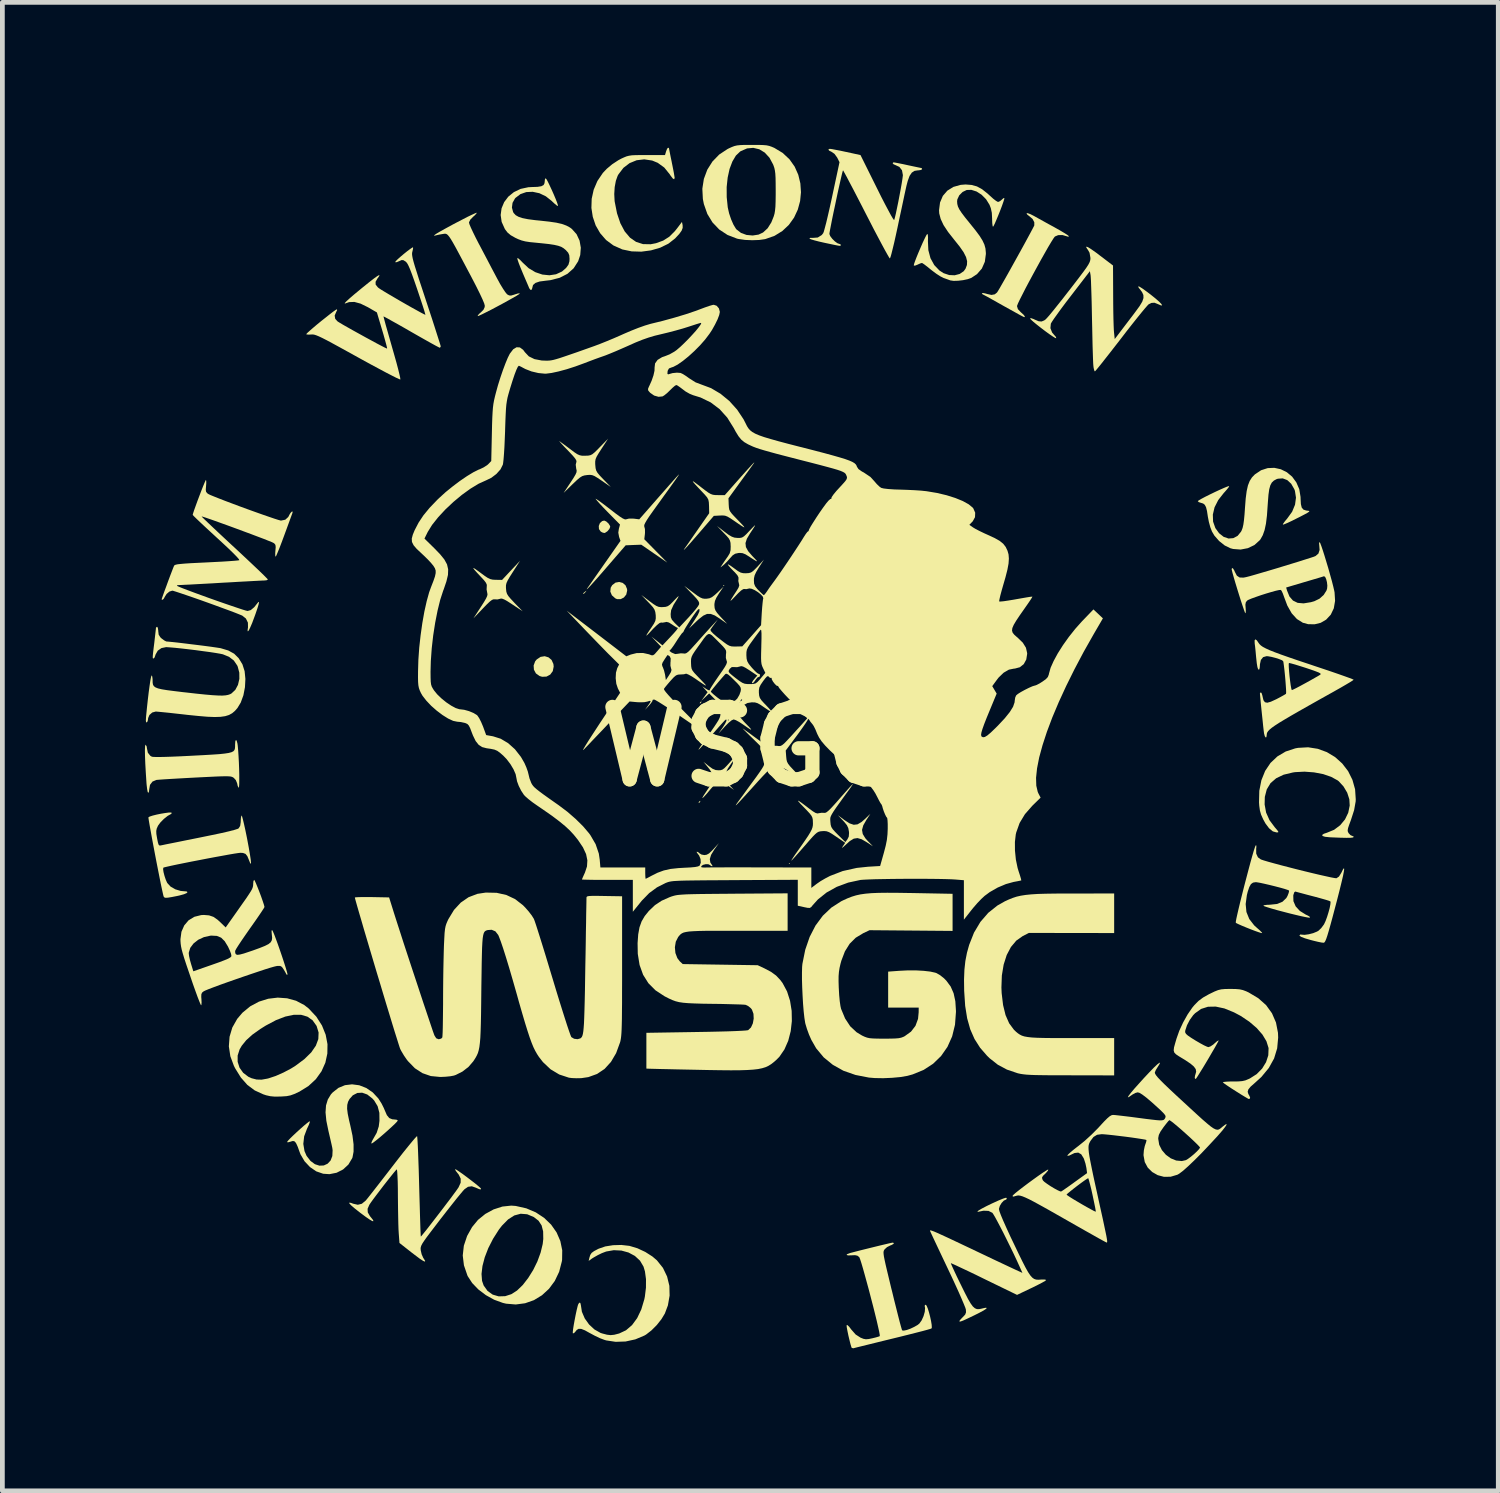
<source format=kicad_pcb>
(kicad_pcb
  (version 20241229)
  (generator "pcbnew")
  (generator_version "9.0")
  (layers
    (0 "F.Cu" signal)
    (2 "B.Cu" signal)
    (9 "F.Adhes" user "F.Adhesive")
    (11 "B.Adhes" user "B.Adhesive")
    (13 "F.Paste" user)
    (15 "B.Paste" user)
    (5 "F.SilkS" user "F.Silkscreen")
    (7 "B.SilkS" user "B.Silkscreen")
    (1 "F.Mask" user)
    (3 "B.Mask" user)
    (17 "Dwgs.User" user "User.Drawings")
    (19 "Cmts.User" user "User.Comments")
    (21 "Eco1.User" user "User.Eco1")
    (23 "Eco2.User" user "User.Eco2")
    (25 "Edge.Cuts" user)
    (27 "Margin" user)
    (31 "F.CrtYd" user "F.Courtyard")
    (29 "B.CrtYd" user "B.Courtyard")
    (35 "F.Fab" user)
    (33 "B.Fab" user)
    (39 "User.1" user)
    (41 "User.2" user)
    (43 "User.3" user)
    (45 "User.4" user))
  (footprint "WSGC"
    (layer "F.Cu")
    (at 12.743 12.664)
    (property "Reference" "WSGC" (at 0 0 0) (layer "F.SilkS") (effects (font (size 1.524 1.524) (thickness 0.3))))
    (attr board_only exclude_from_pos_files exclude_from_bom)
    (fp_poly (pts (xy -0.547 -3.389) (xy -0.559 -3.377) (xy -0.571 -3.389) (xy -0.559 -3.401)) (stroke (width 0) (type solid)) (fill yes) (layer "F.SilkS"))
    (fp_poly (pts (xy 0.832 2.462) (xy 0.821 2.473) (xy 0.809 2.462) (xy 0.821 2.45)) (stroke (width 0) (type solid)) (fill yes) (layer "F.SilkS"))
    (fp_poly (pts (xy -3.456 -3.27) (xy -3.469 -3.252) (xy -3.504 -3.215) (xy -3.519 -3.215) (xy -3.52 -3.22) (xy -3.504 -3.24) (xy -3.478 -3.261) (xy -3.45 -3.282)) (stroke (width 0) (type solid)) (fill yes) (layer "F.SilkS"))
    (fp_poly (pts (xy -1.054 1.157) (xy -1.058 1.165) (xy -1.081 1.188) (xy -1.085 1.189) (xy -1.087 1.174) (xy -1.082 1.165) (xy -1.06 1.143) (xy -1.056 1.142)) (stroke (width 0) (type solid)) (fill yes) (layer "F.SilkS"))
    (fp_poly (pts (xy -1.03 -0.936) (xy -1.035 -0.928) (xy -1.057 -0.905) (xy -1.061 -0.904) (xy -1.063 -0.919) (xy -1.058 -0.928) (xy -1.036 -0.95) (xy -1.032 -0.951)) (stroke (width 0) (type solid)) (fill yes) (layer "F.SilkS"))
    (fp_poly (pts (xy -3.032 -4.738) (xy -2.985 -4.695) (xy -2.954 -4.646) (xy -2.949 -4.626) (xy -2.967 -4.58) (xy -3.008 -4.532) (xy -3.056 -4.5) (xy -3.075 -4.495) (xy -3.119 -4.508) (xy -3.15 -4.527) (xy -3.186 -4.578) (xy -3.19 -4.642) (xy -3.166 -4.704) (xy -3.119 -4.746) (xy -3.075 -4.757)) (stroke (width 0) (type solid)) (fill yes) (layer "F.SilkS"))
    (fp_poly (pts (xy -2.686 -3.445) (xy -2.627 -3.394) (xy -2.595 -3.317) (xy -2.592 -3.284) (xy -2.611 -3.2) (xy -2.661 -3.138) (xy -2.729 -3.103) (xy -2.806 -3.104) (xy -2.842 -3.12) (xy -2.914 -3.184) (xy -2.947 -3.262) (xy -2.939 -3.344) (xy -2.907 -3.398) (xy -2.838 -3.451) (xy -2.76 -3.465)) (stroke (width 0) (type solid)) (fill yes) (layer "F.SilkS"))
    (fp_poly (pts (xy -4.248 -1.878) (xy -4.183 -1.823) (xy -4.145 -1.738) (xy -4.139 -1.684) (xy -4.158 -1.588) (xy -4.212 -1.515) (xy -4.29 -1.473) (xy -4.382 -1.469) (xy -4.436 -1.485) (xy -4.513 -1.54) (xy -4.555 -1.618) (xy -4.561 -1.707) (xy -4.529 -1.794) (xy -4.497 -1.833) (xy -4.415 -1.888) (xy -4.328 -1.902)) (stroke (width 0) (type solid)) (fill yes) (layer "F.SilkS"))
    (fp_poly (pts (xy -1.945 0.237) (xy -1.866 0.273) (xy -1.837 0.3) (xy -1.792 0.377) (xy -1.787 0.455) (xy -1.814 0.525) (xy -1.865 0.58) (xy -1.933 0.612) (xy -2.012 0.613) (xy -2.093 0.576) (xy -2.099 0.571) (xy -2.157 0.5) (xy -2.17 0.412) (xy -2.15 0.336) (xy -2.1 0.27) (xy -2.027 0.236)) (stroke (width 0) (type solid)) (fill yes) (layer "F.SilkS"))
    (fp_poly (pts (xy -0.223 0.109) (xy -0.246 0.141) (xy -0.288 0.2) (xy -0.354 0.29) (xy -0.392 0.342) (xy -0.473 0.461) (xy -0.52 0.556) (xy -0.534 0.636) (xy -0.516 0.708) (xy -0.467 0.782) (xy -0.438 0.813) (xy -0.345 0.912) (xy -0.451 0.837) (xy -0.557 0.778) (xy -0.641 0.761) (xy -0.688 0.766) (xy -0.728 0.784) (xy -0.773 0.824) (xy -0.834 0.893) (xy -0.844 0.905) (xy -0.924 1) (xy -0.979 1.06) (xy -1.007 1.085) (xy -1.008 1.074) (xy -0.981 1.027) (xy -0.925 0.943) (xy -0.921 0.937) (xy -0.843 0.818) (xy -0.799 0.723) (xy -0.786 0.642) (xy -0.804 0.566) (xy -0.853 0.485) (xy -0.888 0.44) (xy -0.986 0.321) (xy -0.875 0.41) (xy -0.797 0.466) (xy -0.73 0.494) (xy -0.671 0.499) (xy -0.625 0.497) (xy -0.586 0.484) (xy -0.545 0.454) (xy -0.492 0.4) (xy -0.427 0.327) (xy -0.358 0.248) (xy -0.297 0.18) (xy -0.254 0.132) (xy -0.241 0.119) (xy -0.224 0.103) (xy -0.217 0.098)) (stroke (width 0) (type solid)) (fill yes) (layer "F.SilkS"))
    (fp_poly (pts (xy 0.085 -4.626) (xy 0.042 -4.559) (xy -0.008 -4.484) (xy -0.073 -4.374) (xy -0.102 -4.283) (xy -0.093 -4.199) (xy -0.046 -4.113) (xy 0.04 -4.013) (xy 0.043 -4.01) (xy 0.105 -3.945) (xy 0.138 -3.908) (xy 0.138 -3.898) (xy 0.103 -3.916) (xy 0.032 -3.961) (xy -0.024 -3.998) (xy -0.103 -4.047) (xy -0.163 -4.071) (xy -0.22 -4.076) (xy -0.252 -4.074) (xy -0.319 -4.059) (xy -0.372 -4.025) (xy -0.429 -3.962) (xy -0.488 -3.895) (xy -0.546 -3.837) (xy -0.57 -3.816) (xy -0.63 -3.771) (xy -0.584 -3.841) (xy -0.54 -3.907) (xy -0.487 -3.983) (xy -0.474 -4.001) (xy -0.434 -4.067) (xy -0.416 -4.132) (xy -0.413 -4.221) (xy -0.414 -4.221) (xy -0.417 -4.287) (xy -0.429 -4.336) (xy -0.454 -4.382) (xy -0.501 -4.437) (xy -0.56 -4.498) (xy -0.702 -4.644) (xy -0.541 -4.52) (xy -0.455 -4.456) (xy -0.39 -4.418) (xy -0.334 -4.398) (xy -0.273 -4.392) (xy -0.27 -4.391) (xy -0.216 -4.392) (xy -0.175 -4.4) (xy -0.134 -4.425) (xy -0.084 -4.471) (xy -0.016 -4.543) (xy 0.051 -4.613) (xy 0.09 -4.652) (xy 0.101 -4.656)) (stroke (width 0) (type solid)) (fill yes) (layer "F.SilkS"))
    (fp_poly (pts (xy -4.999 -3.674) (xy -5.064 -3.572) (xy -5.107 -3.498) (xy -5.132 -3.443) (xy -5.143 -3.397) (xy -5.144 -3.35) (xy -5.142 -3.318) (xy -5.136 -3.261) (xy -5.121 -3.214) (xy -5.093 -3.168) (xy -5.044 -3.11) (xy -4.969 -3.03) (xy -4.963 -3.023) (xy -4.792 -2.848) (xy -5.008 -2.991) (xy -5.108 -3.056) (xy -5.179 -3.096) (xy -5.226 -3.114) (xy -5.257 -3.114) (xy -5.265 -3.111) (xy -5.321 -3.097) (xy -5.371 -3.099) (xy -5.402 -3.1) (xy -5.436 -3.088) (xy -5.479 -3.056) (xy -5.539 -3) (xy -5.623 -2.914) (xy -5.631 -2.905) (xy -5.828 -2.699) (xy -5.672 -2.939) (xy -5.605 -3.044) (xy -5.562 -3.118) (xy -5.539 -3.169) (xy -5.532 -3.206) (xy -5.538 -3.236) (xy -5.538 -3.238) (xy -5.551 -3.307) (xy -5.548 -3.363) (xy -5.546 -3.404) (xy -5.564 -3.447) (xy -5.606 -3.502) (xy -5.652 -3.552) (xy -5.745 -3.651) (xy -5.805 -3.718) (xy -5.831 -3.753) (xy -5.825 -3.759) (xy -5.787 -3.736) (xy -5.716 -3.685) (xy -5.686 -3.663) (xy -5.594 -3.595) (xy -5.528 -3.551) (xy -5.476 -3.526) (xy -5.426 -3.514) (xy -5.367 -3.51) (xy -5.356 -3.51) (xy -5.225 -3.508) (xy -5.036 -3.71) (xy -4.846 -3.912)) (stroke (width 0) (type solid)) (fill yes) (layer "F.SilkS"))
    (fp_poly (pts (xy -3.133 -6.267) (xy -3.195 -6.17) (xy -3.235 -6.102) (xy -3.257 -6.05) (xy -3.265 -6.002) (xy -3.265 -5.948) (xy -3.263 -5.922) (xy -3.257 -5.859) (xy -3.244 -5.81) (xy -3.218 -5.764) (xy -3.172 -5.708) (xy -3.1 -5.632) (xy -3.096 -5.628) (xy -2.937 -5.464) (xy -3.127 -5.596) (xy -3.217 -5.656) (xy -3.28 -5.694) (xy -3.328 -5.713) (xy -3.374 -5.719) (xy -3.43 -5.716) (xy -3.437 -5.715) (xy -3.492 -5.707) (xy -3.539 -5.692) (xy -3.586 -5.663) (xy -3.645 -5.614) (xy -3.725 -5.538) (xy -3.743 -5.521) (xy -3.93 -5.339) (xy -3.785 -5.557) (xy -3.721 -5.655) (xy -3.681 -5.723) (xy -3.66 -5.77) (xy -3.655 -5.806) (xy -3.662 -5.839) (xy -3.664 -5.844) (xy -3.675 -5.933) (xy -3.666 -5.971) (xy -3.659 -5.998) (xy -3.665 -6.028) (xy -3.689 -6.066) (xy -3.734 -6.12) (xy -3.807 -6.198) (xy -3.849 -6.242) (xy -3.924 -6.319) (xy -3.98 -6.38) (xy -4.014 -6.419) (xy -4.021 -6.431) (xy -4.019 -6.43) (xy -3.986 -6.405) (xy -3.924 -6.36) (xy -3.845 -6.301) (xy -3.793 -6.262) (xy -3.705 -6.196) (xy -3.642 -6.154) (xy -3.592 -6.132) (xy -3.544 -6.122) (xy -3.486 -6.121) (xy -3.472 -6.122) (xy -3.412 -6.124) (xy -3.367 -6.133) (xy -3.326 -6.153) (xy -3.278 -6.192) (xy -3.214 -6.254) (xy -3.167 -6.303) (xy -2.993 -6.481)) (stroke (width 0) (type solid)) (fill yes) (layer "F.SilkS"))
    (fp_poly (pts (xy 0.078 -5.969) (xy 0.057 -5.939) (xy 0.013 -5.878) (xy -0.049 -5.791) (xy -0.125 -5.687) (xy -0.203 -5.58) (xy -0.46 -5.226) (xy -0.455 -5.092) (xy -0.451 -5.033) (xy -0.443 -4.987) (xy -0.422 -4.945) (xy -0.385 -4.896) (xy -0.324 -4.831) (xy -0.266 -4.771) (xy -0.187 -4.689) (xy -0.139 -4.637) (xy -0.125 -4.614) (xy -0.145 -4.621) (xy -0.202 -4.656) (xy -0.295 -4.72) (xy -0.333 -4.746) (xy -0.42 -4.805) (xy -0.482 -4.841) (xy -0.532 -4.86) (xy -0.584 -4.865) (xy -0.639 -4.863) (xy -0.768 -4.856) (xy -1.051 -4.527) (xy -1.175 -4.384) (xy -1.272 -4.273) (xy -1.344 -4.194) (xy -1.387 -4.149) (xy -1.402 -4.138) (xy -1.388 -4.162) (xy -1.367 -4.192) (xy -1.323 -4.255) (xy -1.262 -4.342) (xy -1.189 -4.448) (xy -1.115 -4.554) (xy -0.866 -4.911) (xy -0.869 -5.061) (xy -0.873 -5.141) (xy -0.884 -5.197) (xy -0.91 -5.245) (xy -0.958 -5.302) (xy -0.989 -5.335) (xy -1.093 -5.445) (xy -1.165 -5.523) (xy -1.204 -5.569) (xy -1.212 -5.586) (xy -1.19 -5.575) (xy -1.138 -5.537) (xy -1.056 -5.475) (xy -1.049 -5.469) (xy -0.953 -5.395) (xy -0.885 -5.346) (xy -0.833 -5.316) (xy -0.787 -5.3) (xy -0.737 -5.294) (xy -0.682 -5.293) (xy -0.538 -5.292) (xy -0.287 -5.576) (xy -0.154 -5.726) (xy -0.051 -5.841) (xy 0.023 -5.921) (xy 0.067 -5.968) (xy 0.084 -5.981)) (stroke (width 0) (type solid)) (fill yes) (layer "F.SilkS"))
    (fp_poly (pts (xy -4.938 9.669) (xy -4.716 9.719) (xy -4.516 9.804) (xy -4.34 9.92) (xy -4.193 10.062) (xy -4.078 10.226) (xy -3.999 10.408) (xy -3.959 10.602) (xy -3.962 10.804) (xy -3.968 10.839) (xy -4.024 11.055) (xy -4.116 11.248) (xy -4.238 11.413) (xy -4.386 11.549) (xy -4.555 11.652) (xy -4.74 11.717) (xy -4.937 11.743) (xy -5.14 11.726) (xy -5.208 11.71) (xy -5.392 11.643) (xy -5.567 11.546) (xy -5.724 11.427) (xy -5.854 11.292) (xy -5.947 11.149) (xy -5.956 11.13) (xy -5.966 11.1) (xy -5.658 11.1) (xy -5.647 11.245) (xy -5.613 11.343) (xy -5.531 11.458) (xy -5.423 11.535) (xy -5.297 11.572) (xy -5.16 11.568) (xy -5.03 11.526) (xy -4.91 11.449) (xy -4.79 11.333) (xy -4.676 11.186) (xy -4.571 11.018) (xy -4.482 10.837) (xy -4.414 10.651) (xy -4.37 10.47) (xy -4.358 10.365) (xy -4.361 10.205) (xy -4.393 10.079) (xy -4.458 9.98) (xy -4.557 9.903) (xy -4.696 9.844) (xy -4.833 9.833) (xy -4.968 9.869) (xy -5.099 9.953) (xy -5.228 10.084) (xy -5.291 10.165) (xy -5.415 10.36) (xy -5.515 10.556) (xy -5.59 10.75) (xy -5.638 10.933) (xy -5.658 11.1) (xy -5.966 11.1) (xy -6.028 10.919) (xy -6.053 10.712) (xy -6.03 10.506) (xy -5.961 10.3) (xy -5.856 10.113) (xy -5.732 9.962) (xy -5.578 9.837) (xy -5.404 9.742) (xy -5.219 9.682) (xy -5.033 9.662)) (stroke (width 0) (type solid)) (fill yes) (layer "F.SilkS"))
    (fp_poly (pts (xy 7.658 3.925) (xy 6.761 3.924) (xy 5.864 3.922) (xy 5.733 3.989) (xy 5.598 4.084) (xy 5.485 4.219) (xy 5.396 4.388) (xy 5.332 4.589) (xy 5.294 4.818) (xy 5.285 5.07) (xy 5.29 5.189) (xy 5.32 5.441) (xy 5.372 5.652) (xy 5.448 5.825) (xy 5.549 5.961) (xy 5.594 6.004) (xy 5.633 6.036) (xy 5.672 6.062) (xy 5.715 6.084) (xy 5.768 6.101) (xy 5.835 6.113) (xy 5.921 6.123) (xy 6.03 6.129) (xy 6.169 6.133) (xy 6.341 6.135) (xy 6.552 6.136) (xy 6.763 6.136) (xy 7.658 6.136) (xy 7.658 6.921) (xy 6.725 6.919) (xy 6.484 6.919) (xy 6.286 6.918) (xy 6.125 6.916) (xy 5.996 6.914) (xy 5.893 6.91) (xy 5.812 6.905) (xy 5.747 6.898) (xy 5.693 6.89) (xy 5.645 6.88) (xy 5.622 6.874) (xy 5.401 6.799) (xy 5.21 6.697) (xy 5.035 6.559) (xy 4.982 6.507) (xy 4.836 6.339) (xy 4.719 6.155) (xy 4.629 5.951) (xy 4.564 5.72) (xy 4.522 5.457) (xy 4.502 5.156) (xy 4.501 5.145) (xy 4.498 4.904) (xy 4.506 4.698) (xy 4.526 4.514) (xy 4.56 4.339) (xy 4.606 4.174) (xy 4.708 3.916) (xy 4.843 3.69) (xy 5.008 3.499) (xy 5.203 3.344) (xy 5.357 3.257) (xy 5.442 3.218) (xy 5.522 3.186) (xy 5.604 3.159) (xy 5.692 3.139) (xy 5.792 3.123) (xy 5.91 3.111) (xy 6.051 3.102) (xy 6.221 3.097) (xy 6.424 3.094) (xy 6.667 3.093) (xy 6.796 3.093) (xy 7.658 3.092)) (stroke (width 0) (type solid)) (fill yes) (layer "F.SilkS"))
    (fp_poly (pts (xy -9.75 5.298) (xy -9.561 5.35) (xy -9.388 5.441) (xy -9.296 5.513) (xy -9.135 5.685) (xy -9.016 5.871) (xy -8.938 6.065) (xy -8.9 6.264) (xy -8.903 6.462) (xy -8.945 6.654) (xy -9.026 6.835) (xy -9.145 7.001) (xy -9.302 7.146) (xy -9.496 7.266) (xy -9.498 7.266) (xy -9.599 7.313) (xy -9.68 7.342) (xy -9.761 7.358) (xy -9.865 7.365) (xy -9.89 7.366) (xy -10.01 7.368) (xy -10.104 7.359) (xy -10.193 7.339) (xy -10.253 7.319) (xy -10.432 7.237) (xy -10.587 7.121) (xy -10.722 6.968) (xy -10.843 6.773) (xy -10.869 6.722) (xy -10.945 6.517) (xy -10.947 6.503) (xy -10.791 6.503) (xy -10.791 6.635) (xy -10.751 6.759) (xy -10.674 6.867) (xy -10.565 6.95) (xy -10.497 6.981) (xy -10.392 7.008) (xy -10.287 7.011) (xy -10.164 6.989) (xy -10.137 6.982) (xy -9.99 6.933) (xy -9.827 6.861) (xy -9.666 6.776) (xy -9.575 6.719) (xy -9.387 6.579) (xy -9.243 6.438) (xy -9.145 6.296) (xy -9.093 6.157) (xy -9.087 6.019) (xy -9.128 5.884) (xy -9.132 5.876) (xy -9.214 5.761) (xy -9.322 5.685) (xy -9.455 5.646) (xy -9.611 5.646) (xy -9.788 5.683) (xy -9.985 5.759) (xy -10.198 5.872) (xy -10.315 5.945) (xy -10.483 6.065) (xy -10.611 6.181) (xy -10.704 6.296) (xy -10.749 6.372) (xy -10.791 6.503) (xy -10.947 6.503) (xy -10.976 6.31) (xy -10.961 6.107) (xy -10.903 5.913) (xy -10.8 5.731) (xy -10.69 5.602) (xy -10.526 5.467) (xy -10.343 5.369) (xy -10.148 5.308) (xy -9.948 5.284)) (stroke (width 0) (type solid)) (fill yes) (layer "F.SilkS"))
    (fp_poly (pts (xy -1.509 -5.713) (xy -1.527 -5.686) (xy -1.553 -5.648) (xy -1.591 -5.593) (xy -1.652 -5.508) (xy -1.73 -5.399) (xy -1.82 -5.275) (xy -1.915 -5.142) (xy -1.945 -5.101) (xy -2.048 -4.958) (xy -2.125 -4.849) (xy -2.179 -4.767) (xy -2.213 -4.708) (xy -2.231 -4.668) (xy -2.234 -4.641) (xy -2.231 -4.628) (xy -2.218 -4.578) (xy -2.217 -4.504) (xy -2.219 -4.474) (xy -2.232 -4.364) (xy -1.99 -4.118) (xy -1.748 -3.872) (xy -2.022 -4.061) (xy -2.295 -4.249) (xy -2.46 -4.243) (xy -2.624 -4.236) (xy -2.979 -3.825) (xy -3.106 -3.678) (xy -3.216 -3.552) (xy -3.307 -3.45) (xy -3.377 -3.373) (xy -3.424 -3.325) (xy -3.444 -3.308) (xy -3.437 -3.324) (xy -3.433 -3.33) (xy -3.413 -3.358) (xy -3.369 -3.42) (xy -3.307 -3.51) (xy -3.229 -3.621) (xy -3.14 -3.748) (xy -3.07 -3.848) (xy -2.733 -4.33) (xy -2.762 -4.412) (xy -2.779 -4.503) (xy -2.767 -4.583) (xy -2.743 -4.673) (xy -3.006 -4.94) (xy -3.094 -5.031) (xy -3.169 -5.111) (xy -3.223 -5.172) (xy -3.253 -5.209) (xy -3.257 -5.217) (xy -3.236 -5.206) (xy -3.184 -5.171) (xy -3.107 -5.115) (xy -3.014 -5.044) (xy -2.949 -4.994) (xy -2.834 -4.905) (xy -2.749 -4.843) (xy -2.689 -4.804) (xy -2.648 -4.785) (xy -2.62 -4.781) (xy -2.606 -4.786) (xy -2.556 -4.798) (xy -2.482 -4.799) (xy -2.449 -4.797) (xy -2.338 -4.783) (xy -1.972 -5.201) (xy -1.831 -5.361) (xy -1.719 -5.489) (xy -1.633 -5.586) (xy -1.571 -5.656) (xy -1.53 -5.7) (xy -1.508 -5.723) (xy -1.501 -5.726)) (stroke (width 0) (type solid)) (fill yes) (layer "F.SilkS"))
    (fp_poly (pts (xy -10.812 -0.124) (xy -10.796 -0.067) (xy -10.789 -0.018) (xy -10.78 0.084) (xy -10.772 0.203) (xy -10.765 0.333) (xy -10.76 0.464) (xy -10.757 0.59) (xy -10.757 0.701) (xy -10.758 0.79) (xy -10.762 0.848) (xy -10.768 0.869) (xy -10.769 0.868) (xy -10.79 0.828) (xy -10.801 0.775) (xy -10.829 0.706) (xy -10.871 0.66) (xy -10.89 0.647) (xy -10.911 0.637) (xy -10.939 0.63) (xy -10.98 0.626) (xy -11.039 0.625) (xy -11.122 0.626) (xy -11.234 0.63) (xy -11.379 0.637) (xy -11.564 0.646) (xy -11.68 0.652) (xy -11.867 0.662) (xy -12.042 0.672) (xy -12.199 0.681) (xy -12.33 0.689) (xy -12.429 0.696) (xy -12.49 0.701) (xy -12.503 0.703) (xy -12.584 0.737) (xy -12.636 0.806) (xy -12.652 0.897) (xy -12.658 0.95) (xy -12.672 0.975) (xy -12.673 0.975) (xy -12.685 0.953) (xy -12.696 0.895) (xy -12.706 0.811) (xy -12.709 0.779) (xy -12.724 0.551) (xy -12.735 0.356) (xy -12.741 0.197) (xy -12.743 0.077) (xy -12.74 -0.002) (xy -12.732 -0.037) (xy -12.727 -0.038) (xy -12.706 -0.003) (xy -12.7 0.039) (xy -12.681 0.129) (xy -12.629 0.194) (xy -12.594 0.214) (xy -12.555 0.218) (xy -12.471 0.22) (xy -12.348 0.218) (xy -12.188 0.213) (xy -11.996 0.205) (xy -11.776 0.194) (xy -11.739 0.192) (xy -11.51 0.18) (xy -11.323 0.169) (xy -11.175 0.159) (xy -11.062 0.147) (xy -10.978 0.134) (xy -10.919 0.118) (xy -10.88 0.098) (xy -10.858 0.072) (xy -10.848 0.039) (xy -10.845 -0.001) (xy -10.845 -0.039) (xy -10.84 -0.112) (xy -10.827 -0.139)) (stroke (width 0) (type solid)) (fill yes) (layer "F.SilkS"))
    (fp_poly (pts (xy 11.944 0.047) (xy 12.135 0.117) (xy 12.308 0.221) (xy 12.458 0.356) (xy 12.582 0.517) (xy 12.673 0.7) (xy 12.729 0.899) (xy 12.743 1.112) (xy 12.741 1.155) (xy 12.709 1.337) (xy 12.642 1.545) (xy 12.604 1.647) (xy 12.581 1.716) (xy 12.573 1.761) (xy 12.577 1.792) (xy 12.592 1.821) (xy 12.593 1.823) (xy 12.632 1.864) (xy 12.665 1.879) (xy 12.696 1.892) (xy 12.7 1.903) (xy 12.683 1.914) (xy 12.632 1.92) (xy 12.542 1.921) (xy 12.412 1.918) (xy 12.238 1.911) (xy 12.195 1.909) (xy 12.098 1.899) (xy 12.045 1.882) (xy 12.036 1.86) (xy 12.072 1.835) (xy 12.135 1.814) (xy 12.287 1.752) (xy 12.416 1.655) (xy 12.517 1.533) (xy 12.585 1.392) (xy 12.616 1.241) (xy 12.608 1.109) (xy 12.563 0.97) (xy 12.485 0.839) (xy 12.387 0.732) (xy 12.362 0.712) (xy 12.225 0.637) (xy 12.056 0.579) (xy 11.865 0.543) (xy 11.665 0.528) (xy 11.467 0.538) (xy 11.42 0.545) (xy 11.225 0.592) (xy 11.068 0.667) (xy 10.949 0.77) (xy 10.87 0.901) (xy 10.829 1.059) (xy 10.825 1.218) (xy 10.856 1.389) (xy 10.928 1.55) (xy 11.038 1.698) (xy 11.09 1.758) (xy 11.113 1.791) (xy 11.11 1.805) (xy 11.083 1.807) (xy 11.075 1.807) (xy 10.998 1.785) (xy 10.918 1.719) (xy 10.841 1.616) (xy 10.794 1.53) (xy 10.751 1.434) (xy 10.726 1.347) (xy 10.712 1.246) (xy 10.707 1.175) (xy 10.713 0.93) (xy 10.757 0.708) (xy 10.836 0.512) (xy 10.949 0.344) (xy 11.094 0.207) (xy 11.268 0.104) (xy 11.469 0.038) (xy 11.528 0.027) (xy 11.74 0.015)) (stroke (width 0) (type solid)) (fill yes) (layer "F.SilkS"))
    (fp_poly (pts (xy -5.758 -11.236) (xy -5.768 -11.216) (xy -5.805 -11.177) (xy -5.834 -11.152) (xy -5.893 -11.092) (xy -5.92 -11.038) (xy -5.921 -11.028) (xy -5.911 -10.991) (xy -5.881 -10.92) (xy -5.835 -10.822) (xy -5.777 -10.704) (xy -5.71 -10.574) (xy -5.701 -10.558) (xy -5.62 -10.404) (xy -5.533 -10.239) (xy -5.449 -10.078) (xy -5.373 -9.935) (xy -5.327 -9.848) (xy -5.267 -9.738) (xy -5.208 -9.641) (xy -5.158 -9.566) (xy -5.122 -9.522) (xy -5.116 -9.517) (xy -5.077 -9.496) (xy -5.037 -9.493) (xy -4.98 -9.509) (xy -4.956 -9.517) (xy -4.895 -9.536) (xy -4.857 -9.54) (xy -4.852 -9.536) (xy -4.872 -9.519) (xy -4.926 -9.485) (xy -5.008 -9.438) (xy -5.11 -9.381) (xy -5.224 -9.318) (xy -5.342 -9.255) (xy -5.457 -9.194) (xy -5.562 -9.141) (xy -5.648 -9.098) (xy -5.709 -9.07) (xy -5.735 -9.061) (xy -5.737 -9.074) (xy -5.708 -9.108) (xy -5.678 -9.134) (xy -5.617 -9.194) (xy -5.592 -9.249) (xy -5.589 -9.28) (xy -5.601 -9.326) (xy -5.637 -9.413) (xy -5.696 -9.539) (xy -5.778 -9.704) (xy -5.883 -9.906) (xy -5.938 -10.009) (xy -6.046 -10.213) (xy -6.134 -10.378) (xy -6.205 -10.51) (xy -6.261 -10.61) (xy -6.306 -10.685) (xy -6.341 -10.736) (xy -6.369 -10.769) (xy -6.393 -10.787) (xy -6.415 -10.794) (xy -6.439 -10.794) (xy -6.466 -10.79) (xy -6.466 -10.79) (xy -6.543 -10.777) (xy -6.61 -10.762) (xy -6.612 -10.761) (xy -6.652 -10.752) (xy -6.655 -10.761) (xy -6.618 -10.789) (xy -6.541 -10.835) (xy -6.423 -10.901) (xy -6.263 -10.988) (xy -6.195 -11.024) (xy -6.066 -11.091) (xy -5.952 -11.15) (xy -5.858 -11.195) (xy -5.792 -11.225) (xy -5.76 -11.237)) (stroke (width 0) (type solid)) (fill yes) (layer "F.SilkS"))
    (fp_poly (pts (xy -1.712 -12.597) (xy -1.712 -12.596) (xy -1.708 -12.571) (xy -1.696 -12.508) (xy -1.678 -12.417) (xy -1.655 -12.307) (xy -1.653 -12.296) (xy -1.63 -12.181) (xy -1.611 -12.083) (xy -1.599 -12.01) (xy -1.593 -11.972) (xy -1.593 -11.971) (xy -1.603 -11.941) (xy -1.63 -11.955) (xy -1.675 -12.012) (xy -1.697 -12.046) (xy -1.811 -12.187) (xy -1.949 -12.287) (xy -2.066 -12.335) (xy -2.233 -12.36) (xy -2.393 -12.341) (xy -2.542 -12.28) (xy -2.671 -12.181) (xy -2.775 -12.045) (xy -2.793 -12.013) (xy -2.83 -11.909) (xy -2.855 -11.776) (xy -2.864 -11.63) (xy -2.857 -11.489) (xy -2.855 -11.471) (xy -2.806 -11.224) (xy -2.735 -11.014) (xy -2.644 -10.843) (xy -2.533 -10.712) (xy -2.405 -10.623) (xy -2.259 -10.576) (xy -2.098 -10.573) (xy -1.985 -10.595) (xy -1.834 -10.65) (xy -1.706 -10.731) (xy -1.589 -10.848) (xy -1.541 -10.908) (xy -1.439 -11.043) (xy -1.425 -10.974) (xy -1.424 -10.918) (xy -1.446 -10.859) (xy -1.495 -10.791) (xy -1.577 -10.702) (xy -1.585 -10.694) (xy -1.726 -10.584) (xy -1.898 -10.5) (xy -2.091 -10.444) (xy -2.294 -10.417) (xy -2.497 -10.423) (xy -2.69 -10.463) (xy -2.699 -10.466) (xy -2.882 -10.548) (xy -3.037 -10.663) (xy -3.161 -10.806) (xy -3.255 -10.969) (xy -3.316 -11.149) (xy -3.345 -11.337) (xy -3.339 -11.53) (xy -3.297 -11.721) (xy -3.219 -11.904) (xy -3.104 -12.074) (xy -3.022 -12.161) (xy -2.907 -12.257) (xy -2.779 -12.341) (xy -2.718 -12.374) (xy -2.657 -12.402) (xy -2.605 -12.423) (xy -2.554 -12.436) (xy -2.494 -12.445) (xy -2.415 -12.449) (xy -2.306 -12.45) (xy -2.176 -12.45) (xy -1.796 -12.45) (xy -1.773 -12.528) (xy -1.753 -12.58) (xy -1.733 -12.605) (xy -1.731 -12.605)) (stroke (width 0) (type solid)) (fill yes) (layer "F.SilkS"))
    (fp_poly (pts (xy 5.841 -11.226) (xy 5.896 -11.206) (xy 5.969 -11.169) (xy 5.976 -11.165) (xy 6.055 -11.121) (xy 6.161 -11.062) (xy 6.282 -10.995) (xy 6.405 -10.928) (xy 6.415 -10.922) (xy 6.52 -10.863) (xy 6.609 -10.81) (xy 6.672 -10.77) (xy 6.704 -10.745) (xy 6.707 -10.741) (xy 6.689 -10.732) (xy 6.665 -10.739) (xy 6.569 -10.767) (xy 6.48 -10.765) (xy 6.414 -10.737) (xy 6.405 -10.729) (xy 6.376 -10.689) (xy 6.33 -10.615) (xy 6.269 -10.513) (xy 6.198 -10.388) (xy 6.119 -10.248) (xy 6.036 -10.097) (xy 5.952 -9.943) (xy 5.87 -9.791) (xy 5.794 -9.648) (xy 5.728 -9.518) (xy 5.673 -9.41) (xy 5.634 -9.328) (xy 5.615 -9.279) (xy 5.613 -9.27) (xy 5.632 -9.207) (xy 5.693 -9.142) (xy 5.696 -9.14) (xy 5.753 -9.088) (xy 5.779 -9.053) (xy 5.77 -9.039) (xy 5.761 -9.04) (xy 5.736 -9.052) (xy 5.676 -9.083) (xy 5.588 -9.132) (xy 5.478 -9.193) (xy 5.352 -9.263) (xy 5.327 -9.277) (xy 5.199 -9.349) (xy 5.085 -9.413) (xy 4.991 -9.466) (xy 4.923 -9.502) (xy 4.889 -9.52) (xy 4.887 -9.521) (xy 4.874 -9.54) (xy 4.876 -9.544) (xy 4.905 -9.546) (xy 4.96 -9.534) (xy 4.981 -9.527) (xy 5.075 -9.506) (xy 5.145 -9.519) (xy 5.192 -9.557) (xy 5.211 -9.586) (xy 5.25 -9.651) (xy 5.304 -9.746) (xy 5.371 -9.863) (xy 5.447 -9.998) (xy 5.528 -10.144) (xy 5.612 -10.295) (xy 5.695 -10.445) (xy 5.773 -10.587) (xy 5.843 -10.716) (xy 5.902 -10.825) (xy 5.946 -10.908) (xy 5.972 -10.959) (xy 5.977 -10.97) (xy 5.977 -11.036) (xy 5.941 -11.105) (xy 5.874 -11.162) (xy 5.872 -11.164) (xy 5.829 -11.197) (xy 5.814 -11.224) (xy 5.815 -11.226)) (stroke (width 0) (type solid)) (fill yes) (layer "F.SilkS"))
    (fp_poly (pts (xy -2.547 10.509) (xy -2.538 10.511) (xy -2.376 10.56) (xy -2.211 10.637) (xy -2.061 10.733) (xy -1.967 10.813) (xy -1.839 10.973) (xy -1.752 11.154) (xy -1.704 11.35) (xy -1.699 11.555) (xy -1.735 11.762) (xy -1.799 11.933) (xy -1.871 12.052) (xy -1.969 12.176) (xy -2.081 12.288) (xy -2.194 12.376) (xy -2.23 12.397) (xy -2.42 12.477) (xy -2.626 12.522) (xy -2.835 12.529) (xy -3.034 12.499) (xy -3.074 12.487) (xy -3.166 12.452) (xy -3.273 12.401) (xy -3.375 12.346) (xy -3.376 12.346) (xy -3.482 12.287) (xy -3.558 12.257) (xy -3.613 12.255) (xy -3.654 12.279) (xy -3.677 12.309) (xy -3.71 12.345) (xy -3.735 12.351) (xy -3.736 12.35) (xy -3.737 12.323) (xy -3.73 12.259) (xy -3.716 12.17) (xy -3.697 12.066) (xy -3.676 11.958) (xy -3.654 11.856) (xy -3.633 11.771) (xy -3.624 11.743) (xy -3.602 11.705) (xy -3.578 11.71) (xy -3.567 11.755) (xy -3.567 11.756) (xy -3.545 11.897) (xy -3.485 12.037) (xy -3.394 12.164) (xy -3.281 12.269) (xy -3.153 12.341) (xy -3.117 12.353) (xy -3.017 12.379) (xy -2.94 12.388) (xy -2.864 12.38) (xy -2.767 12.355) (xy -2.76 12.353) (xy -2.617 12.286) (xy -2.49 12.177) (xy -2.382 12.03) (xy -2.295 11.847) (xy -2.231 11.633) (xy -2.22 11.578) (xy -2.197 11.391) (xy -2.196 11.21) (xy -2.218 11.047) (xy -2.248 10.946) (xy -2.322 10.821) (xy -2.43 10.721) (xy -2.564 10.649) (xy -2.714 10.608) (xy -2.874 10.6) (xy -3.034 10.628) (xy -3.124 10.662) (xy -3.21 10.704) (xy -3.29 10.749) (xy -3.332 10.775) (xy -3.403 10.826) (xy -3.387 10.758) (xy -3.369 10.7) (xy -3.34 10.657) (xy -3.29 10.62) (xy -3.209 10.577) (xy -3.19 10.568) (xy -3.053 10.521) (xy -2.889 10.495) (xy -2.715 10.49)) (stroke (width 0) (type solid)) (fill yes) (layer "F.SilkS"))
    (fp_poly (pts (xy 0.171 -12.664) (xy 0.269 -12.661) (xy 0.341 -12.655) (xy 0.397 -12.643) (xy 0.449 -12.625) (xy 0.505 -12.601) (xy 0.681 -12.495) (xy 0.824 -12.361) (xy 0.933 -12.207) (xy 1.009 -12.036) (xy 1.053 -11.855) (xy 1.066 -11.668) (xy 1.048 -11.482) (xy 0.999 -11.302) (xy 0.92 -11.133) (xy 0.811 -10.981) (xy 0.674 -10.852) (xy 0.509 -10.75) (xy 0.316 -10.682) (xy 0.306 -10.68) (xy 0.186 -10.663) (xy 0.04 -10.658) (xy -0.11 -10.664) (xy -0.242 -10.683) (xy -0.279 -10.691) (xy -0.481 -10.769) (xy -0.654 -10.883) (xy -0.796 -11.032) (xy -0.905 -11.211) (xy -0.978 -11.419) (xy -0.999 -11.525) (xy -1.01 -11.741) (xy -1.005 -11.776) (xy -0.498 -11.776) (xy -0.497 -11.564) (xy -0.475 -11.347) (xy -0.474 -11.344) (xy -0.447 -11.224) (xy -0.405 -11.099) (xy -0.355 -10.985) (xy -0.303 -10.899) (xy -0.29 -10.884) (xy -0.197 -10.812) (xy -0.08 -10.769) (xy 0.049 -10.757) (xy 0.173 -10.776) (xy 0.267 -10.82) (xy 0.364 -10.909) (xy 0.442 -11.033) (xy 0.492 -11.158) (xy 0.509 -11.216) (xy 0.52 -11.281) (xy 0.528 -11.363) (xy 0.532 -11.471) (xy 0.534 -11.614) (xy 0.534 -11.701) (xy 0.533 -11.856) (xy 0.531 -11.972) (xy 0.526 -12.059) (xy 0.517 -12.126) (xy 0.505 -12.181) (xy 0.487 -12.233) (xy 0.48 -12.251) (xy 0.403 -12.394) (xy 0.304 -12.502) (xy 0.189 -12.572) (xy 0.062 -12.602) (xy -0.069 -12.59) (xy -0.2 -12.533) (xy -0.214 -12.525) (xy -0.304 -12.439) (xy -0.378 -12.314) (xy -0.437 -12.158) (xy -0.477 -11.976) (xy -0.498 -11.776) (xy -1.005 -11.776) (xy -0.978 -11.948) (xy -0.906 -12.142) (xy -0.797 -12.315) (xy -0.654 -12.462) (xy -0.48 -12.577) (xy -0.452 -12.591) (xy -0.388 -12.62) (xy -0.335 -12.64) (xy -0.28 -12.653) (xy -0.213 -12.66) (xy -0.123 -12.664) (xy 0.002 -12.664) (xy 0.036 -12.664)) (stroke (width 0) (type solid)) (fill yes) (layer "F.SilkS"))
    (fp_poly (pts (xy 11.995 -4.283) (xy 12.018 -4.223) (xy 12.049 -4.132) (xy 12.085 -4.019) (xy 12.124 -3.89) (xy 12.165 -3.754) (xy 12.203 -3.618) (xy 12.239 -3.489) (xy 12.268 -3.376) (xy 12.289 -3.286) (xy 12.297 -3.246) (xy 12.308 -3.068) (xy 12.281 -2.91) (xy 12.217 -2.776) (xy 12.119 -2.671) (xy 12.005 -2.605) (xy 11.878 -2.574) (xy 11.742 -2.576) (xy 11.63 -2.606) (xy 11.504 -2.685) (xy 11.395 -2.805) (xy 11.303 -2.967) (xy 11.235 -3.148) (xy 11.208 -3.223) (xy 11.182 -3.278) (xy 11.165 -3.297) (xy 11.131 -3.295) (xy 11.062 -3.28) (xy 10.968 -3.254) (xy 10.86 -3.222) (xy 10.747 -3.186) (xy 10.64 -3.149) (xy 10.549 -3.116) (xy 10.483 -3.088) (xy 10.456 -3.072) (xy 10.429 -3.036) (xy 10.42 -2.986) (xy 10.425 -2.919) (xy 10.429 -2.854) (xy 10.425 -2.813) (xy 10.419 -2.806) (xy 10.408 -2.828) (xy 10.387 -2.887) (xy 10.357 -2.975) (xy 10.321 -3.084) (xy 10.283 -3.205) (xy 10.244 -3.331) (xy 10.239 -3.348) (xy 11.278 -3.348) (xy 11.297 -3.283) (xy 11.348 -3.158) (xy 11.422 -3.073) (xy 11.52 -3.025) (xy 11.645 -3.014) (xy 11.8 -3.039) (xy 11.872 -3.06) (xy 11.979 -3.112) (xy 12.068 -3.191) (xy 12.127 -3.285) (xy 12.14 -3.326) (xy 12.145 -3.388) (xy 12.137 -3.46) (xy 12.12 -3.525) (xy 12.098 -3.572) (xy 12.074 -3.585) (xy 12.074 -3.585) (xy 12.043 -3.575) (xy 11.974 -3.554) (xy 11.876 -3.525) (xy 11.757 -3.49) (xy 11.662 -3.462) (xy 11.278 -3.348) (xy 10.239 -3.348) (xy 10.207 -3.453) (xy 10.175 -3.563) (xy 10.15 -3.652) (xy 10.135 -3.713) (xy 10.131 -3.734) (xy 10.14 -3.759) (xy 10.161 -3.747) (xy 10.187 -3.705) (xy 10.2 -3.674) (xy 10.241 -3.597) (xy 10.298 -3.559) (xy 10.38 -3.556) (xy 10.436 -3.567) (xy 10.514 -3.587) (xy 10.623 -3.618) (xy 10.756 -3.657) (xy 10.907 -3.701) (xy 11.068 -3.749) (xy 11.232 -3.799) (xy 11.392 -3.848) (xy 11.542 -3.894) (xy 11.674 -3.936) (xy 11.782 -3.97) (xy 11.858 -3.995) (xy 11.895 -4.01) (xy 11.896 -4.01) (xy 11.957 -4.062) (xy 11.982 -4.138) (xy 11.976 -4.224) (xy 11.971 -4.277) (xy 11.979 -4.304) (xy 11.982 -4.305)) (stroke (width 0) (type solid)) (fill yes) (layer "F.SilkS"))
    (fp_poly (pts (xy 3.091 3.078) (xy 3.345 3.082) (xy 3.417 3.083) (xy 4.257 3.099) (xy 4.257 3.88) (xy 2.509 3.865) (xy 2.378 3.927) (xy 2.219 4.023) (xy 2.091 4.15) (xy 1.991 4.31) (xy 1.916 4.507) (xy 1.899 4.568) (xy 1.878 4.659) (xy 1.865 4.742) (xy 1.858 4.83) (xy 1.857 4.936) (xy 1.861 5.075) (xy 1.862 5.088) (xy 1.87 5.231) (xy 1.882 5.359) (xy 1.897 5.462) (xy 1.91 5.52) (xy 1.995 5.724) (xy 2.103 5.888) (xy 2.237 6.013) (xy 2.351 6.082) (xy 2.407 6.108) (xy 2.457 6.126) (xy 2.512 6.138) (xy 2.581 6.144) (xy 2.676 6.147) (xy 2.807 6.148) (xy 2.818 6.148) (xy 2.955 6.147) (xy 3.053 6.144) (xy 3.124 6.138) (xy 3.176 6.127) (xy 3.221 6.11) (xy 3.249 6.096) (xy 3.382 6) (xy 3.476 5.878) (xy 3.53 5.731) (xy 3.543 5.595) (xy 3.544 5.494) (xy 2.901 5.494) (xy 2.901 4.737) (xy 3.13 4.72) (xy 3.31 4.711) (xy 3.486 4.711) (xy 3.648 4.72) (xy 3.787 4.736) (xy 3.892 4.759) (xy 3.918 4.768) (xy 3.993 4.811) (xy 4.076 4.877) (xy 4.126 4.928) (xy 4.217 5.051) (xy 4.279 5.193) (xy 4.315 5.36) (xy 4.328 5.562) (xy 4.328 5.586) (xy 4.308 5.855) (xy 4.248 6.1) (xy 4.149 6.321) (xy 4.015 6.513) (xy 3.847 6.676) (xy 3.647 6.806) (xy 3.417 6.9) (xy 3.305 6.931) (xy 3.158 6.956) (xy 2.982 6.972) (xy 2.797 6.98) (xy 2.62 6.977) (xy 2.497 6.967) (xy 2.214 6.912) (xy 1.959 6.823) (xy 1.736 6.698) (xy 1.544 6.541) (xy 1.386 6.351) (xy 1.285 6.175) (xy 1.235 6.062) (xy 1.191 5.941) (xy 1.159 5.834) (xy 1.154 5.812) (xy 1.138 5.71) (xy 1.123 5.575) (xy 1.11 5.417) (xy 1.1 5.245) (xy 1.092 5.071) (xy 1.087 4.905) (xy 1.087 4.757) (xy 1.09 4.638) (xy 1.096 4.574) (xy 1.156 4.276) (xy 1.249 4.006) (xy 1.372 3.767) (xy 1.525 3.561) (xy 1.705 3.39) (xy 1.911 3.257) (xy 1.956 3.235) (xy 2.048 3.193) (xy 2.136 3.159) (xy 2.224 3.132) (xy 2.319 3.111) (xy 2.427 3.096) (xy 2.552 3.085) (xy 2.701 3.079) (xy 2.879 3.077)) (stroke (width 0) (type solid)) (fill yes) (layer "F.SilkS"))
    (fp_poly (pts (xy -8.231 7.129) (xy -8.084 7.186) (xy -7.948 7.279) (xy -7.83 7.406) (xy -7.815 7.429) (xy -7.761 7.515) (xy -7.715 7.607) (xy -7.694 7.657) (xy -7.65 7.758) (xy -7.6 7.819) (xy -7.537 7.845) (xy -7.5 7.848) (xy -7.446 7.854) (xy -7.421 7.868) (xy -7.42 7.87) (xy -7.437 7.895) (xy -7.482 7.942) (xy -7.549 8.005) (xy -7.629 8.078) (xy -7.715 8.154) (xy -7.799 8.226) (xy -7.875 8.288) (xy -7.934 8.333) (xy -7.968 8.355) (xy -7.974 8.356) (xy -7.974 8.331) (xy -7.952 8.283) (xy -7.943 8.268) (xy -7.865 8.131) (xy -7.821 7.996) (xy -7.806 7.877) (xy -7.808 7.709) (xy -7.845 7.569) (xy -7.917 7.45) (xy -7.957 7.406) (xy -8.063 7.323) (xy -8.171 7.285) (xy -8.274 7.291) (xy -8.368 7.341) (xy -8.436 7.418) (xy -8.467 7.476) (xy -8.484 7.542) (xy -8.487 7.623) (xy -8.474 7.728) (xy -8.446 7.864) (xy -8.419 7.978) (xy -8.374 8.188) (xy -8.351 8.373) (xy -8.351 8.527) (xy -8.373 8.645) (xy -8.38 8.664) (xy -8.46 8.798) (xy -8.572 8.901) (xy -8.708 8.97) (xy -8.858 9) (xy -8.991 8.991) (xy -9.136 8.941) (xy -9.269 8.85) (xy -9.383 8.728) (xy -9.469 8.581) (xy -9.497 8.506) (xy -9.525 8.427) (xy -9.555 8.36) (xy -9.57 8.335) (xy -9.6 8.305) (xy -9.637 8.303) (xy -9.678 8.316) (xy -9.727 8.329) (xy -9.751 8.326) (xy -9.751 8.324) (xy -9.735 8.3) (xy -9.691 8.253) (xy -9.627 8.19) (xy -9.551 8.119) (xy -9.472 8.047) (xy -9.396 7.98) (xy -9.332 7.927) (xy -9.288 7.893) (xy -9.272 7.886) (xy -9.274 7.911) (xy -9.294 7.965) (xy -9.328 8.038) (xy -9.331 8.043) (xy -9.391 8.203) (xy -9.409 8.363) (xy -9.384 8.514) (xy -9.34 8.615) (xy -9.257 8.722) (xy -9.165 8.79) (xy -9.07 8.821) (xy -8.978 8.817) (xy -8.898 8.78) (xy -8.835 8.713) (xy -8.798 8.618) (xy -8.792 8.496) (xy -8.799 8.446) (xy -8.814 8.376) (xy -8.837 8.275) (xy -8.864 8.159) (xy -8.881 8.086) (xy -8.924 7.876) (xy -8.941 7.7) (xy -8.931 7.553) (xy -8.893 7.428) (xy -8.828 7.321) (xy -8.792 7.281) (xy -8.67 7.184) (xy -8.532 7.127) (xy -8.383 7.109)) (stroke (width 0) (type solid)) (fill yes) (layer "F.SilkS"))
    (fp_poly (pts (xy -12.182 1.392) (xy -12.184 1.414) (xy -12.196 1.421) (xy -12.264 1.459) (xy -12.343 1.522) (xy -12.416 1.596) (xy -12.467 1.665) (xy -12.471 1.674) (xy -12.495 1.728) (xy -12.504 1.777) (xy -12.502 1.838) (xy -12.487 1.929) (xy -12.487 1.929) (xy -12.47 2.015) (xy -12.456 2.062) (xy -12.438 2.082) (xy -12.412 2.082) (xy -12.407 2.08) (xy -12.371 2.073) (xy -12.296 2.057) (xy -12.185 2.035) (xy -12.045 2.007) (xy -11.883 1.974) (xy -11.703 1.938) (xy -11.584 1.914) (xy -11.335 1.863) (xy -11.13 1.82) (xy -10.97 1.783) (xy -10.856 1.753) (xy -10.788 1.731) (xy -10.77 1.721) (xy -10.738 1.67) (xy -10.726 1.588) (xy -10.726 1.566) (xy -10.722 1.499) (xy -10.713 1.458) (xy -10.707 1.451) (xy -10.697 1.473) (xy -10.68 1.535) (xy -10.657 1.631) (xy -10.63 1.752) (xy -10.601 1.893) (xy -10.591 1.944) (xy -10.556 2.132) (xy -10.531 2.279) (xy -10.515 2.385) (xy -10.51 2.449) (xy -10.515 2.47) (xy -10.53 2.447) (xy -10.552 2.391) (xy -10.587 2.307) (xy -10.625 2.259) (xy -10.679 2.239) (xy -10.735 2.236) (xy -10.778 2.241) (xy -10.858 2.253) (xy -10.97 2.272) (xy -11.106 2.297) (xy -11.261 2.325) (xy -11.426 2.356) (xy -11.596 2.389) (xy -11.763 2.421) (xy -11.922 2.453) (xy -12.066 2.482) (xy -12.188 2.508) (xy -12.281 2.529) (xy -12.339 2.543) (xy -12.355 2.549) (xy -12.36 2.581) (xy -12.351 2.643) (xy -12.331 2.721) (xy -12.305 2.799) (xy -12.277 2.863) (xy -12.27 2.874) (xy -12.203 2.947) (xy -12.104 3.004) (xy -11.992 3.038) (xy -11.931 3.044) (xy -11.867 3.049) (xy -11.846 3.063) (xy -11.865 3.084) (xy -11.921 3.108) (xy -12.011 3.133) (xy -12.06 3.144) (xy -12.177 3.167) (xy -12.257 3.18) (xy -12.307 3.183) (xy -12.334 3.175) (xy -12.348 3.157) (xy -12.352 3.145) (xy -12.364 3.095) (xy -12.383 3.008) (xy -12.408 2.891) (xy -12.436 2.751) (xy -12.467 2.594) (xy -12.5 2.426) (xy -12.533 2.254) (xy -12.565 2.085) (xy -12.595 1.925) (xy -12.621 1.78) (xy -12.643 1.658) (xy -12.659 1.565) (xy -12.668 1.506) (xy -12.669 1.489) (xy -12.642 1.473) (xy -12.581 1.453) (xy -12.497 1.432) (xy -12.404 1.413) (xy -12.313 1.398) (xy -12.238 1.388) (xy -12.191 1.388)) (stroke (width 0) (type solid)) (fill yes) (layer "F.SilkS"))
    (fp_poly (pts (xy 11.166 -5.837) (xy 11.293 -5.774) (xy 11.404 -5.681) (xy 11.492 -5.561) (xy 11.554 -5.418) (xy 11.581 -5.255) (xy 11.582 -5.218) (xy 11.588 -5.104) (xy 11.606 -5.03) (xy 11.643 -4.987) (xy 11.701 -4.968) (xy 11.718 -4.966) (xy 11.752 -4.962) (xy 11.767 -4.955) (xy 11.759 -4.942) (xy 11.723 -4.918) (xy 11.655 -4.881) (xy 11.551 -4.827) (xy 11.514 -4.809) (xy 11.407 -4.755) (xy 11.316 -4.712) (xy 11.248 -4.683) (xy 11.212 -4.671) (xy 11.208 -4.671) (xy 11.216 -4.693) (xy 11.25 -4.74) (xy 11.302 -4.802) (xy 11.305 -4.806) (xy 11.404 -4.943) (xy 11.465 -5.091) (xy 11.485 -5.239) (xy 11.463 -5.382) (xy 11.45 -5.417) (xy 11.384 -5.532) (xy 11.301 -5.609) (xy 11.206 -5.645) (xy 11.104 -5.638) (xy 11.074 -5.628) (xy 11.019 -5.598) (xy 10.976 -5.557) (xy 10.945 -5.499) (xy 10.922 -5.416) (xy 10.906 -5.302) (xy 10.894 -5.149) (xy 10.889 -5.078) (xy 10.874 -4.864) (xy 10.853 -4.692) (xy 10.824 -4.556) (xy 10.786 -4.449) (xy 10.739 -4.365) (xy 10.722 -4.343) (xy 10.61 -4.242) (xy 10.472 -4.176) (xy 10.32 -4.147) (xy 10.163 -4.159) (xy 10.106 -4.174) (xy 9.985 -4.233) (xy 9.868 -4.326) (xy 9.768 -4.44) (xy 9.717 -4.526) (xy 9.682 -4.616) (xy 9.651 -4.731) (xy 9.63 -4.839) (xy 9.612 -4.958) (xy 9.592 -5.038) (xy 9.566 -5.088) (xy 9.531 -5.116) (xy 9.488 -5.129) (xy 9.439 -5.145) (xy 9.418 -5.165) (xy 9.418 -5.165) (xy 9.438 -5.182) (xy 9.493 -5.214) (xy 9.572 -5.256) (xy 9.668 -5.304) (xy 9.771 -5.354) (xy 9.872 -5.401) (xy 9.962 -5.441) (xy 10.032 -5.47) (xy 10.073 -5.483) (xy 10.079 -5.483) (xy 10.07 -5.461) (xy 10.034 -5.415) (xy 9.98 -5.353) (xy 9.967 -5.34) (xy 9.849 -5.189) (xy 9.771 -5.036) (xy 9.735 -4.883) (xy 9.74 -4.735) (xy 9.788 -4.599) (xy 9.866 -4.491) (xy 9.963 -4.414) (xy 10.066 -4.379) (xy 10.166 -4.387) (xy 10.256 -4.435) (xy 10.328 -4.523) (xy 10.341 -4.548) (xy 10.361 -4.601) (xy 10.377 -4.67) (xy 10.39 -4.762) (xy 10.402 -4.886) (xy 10.412 -5.031) (xy 10.427 -5.224) (xy 10.447 -5.377) (xy 10.474 -5.497) (xy 10.511 -5.591) (xy 10.559 -5.666) (xy 10.62 -5.729) (xy 10.75 -5.816) (xy 10.889 -5.861) (xy 11.029 -5.867)) (stroke (width 0) (type solid)) (fill yes) (layer "F.SilkS"))
    (fp_poly (pts (xy 3.022 10.449) (xy 3.011 10.469) (xy 2.971 10.492) (xy 2.945 10.501) (xy 2.877 10.536) (xy 2.826 10.583) (xy 2.815 10.6) (xy 2.807 10.619) (xy 2.803 10.644) (xy 2.805 10.681) (xy 2.812 10.734) (xy 2.827 10.809) (xy 2.849 10.91) (xy 2.88 11.041) (xy 2.92 11.208) (xy 2.97 11.416) (xy 2.981 11.457) (xy 3.027 11.647) (xy 3.071 11.822) (xy 3.11 11.977) (xy 3.143 12.106) (xy 3.17 12.205) (xy 3.188 12.267) (xy 3.195 12.288) (xy 3.23 12.293) (xy 3.293 12.28) (xy 3.371 12.252) (xy 3.451 12.214) (xy 3.521 12.174) (xy 3.558 12.144) (xy 3.606 12.077) (xy 3.646 11.988) (xy 3.672 11.896) (xy 3.678 11.816) (xy 3.671 11.785) (xy 3.674 11.754) (xy 3.692 11.749) (xy 3.711 11.77) (xy 3.735 11.827) (xy 3.76 11.907) (xy 3.784 11.999) (xy 3.804 12.091) (xy 3.817 12.171) (xy 3.82 12.228) (xy 3.814 12.247) (xy 3.787 12.257) (xy 3.719 12.277) (xy 3.615 12.305) (xy 3.482 12.339) (xy 3.324 12.379) (xy 3.148 12.423) (xy 2.997 12.46) (xy 2.808 12.506) (xy 2.634 12.549) (xy 2.48 12.587) (xy 2.35 12.619) (xy 2.252 12.643) (xy 2.189 12.659) (xy 2.169 12.665) (xy 2.136 12.657) (xy 2.129 12.646) (xy 2.109 12.581) (xy 2.087 12.493) (xy 2.064 12.397) (xy 2.045 12.305) (xy 2.031 12.231) (xy 2.026 12.186) (xy 2.026 12.181) (xy 2.042 12.175) (xy 2.08 12.211) (xy 2.124 12.269) (xy 2.217 12.375) (xy 2.318 12.44) (xy 2.319 12.441) (xy 2.382 12.466) (xy 2.433 12.475) (xy 2.493 12.47) (xy 2.569 12.454) (xy 2.646 12.435) (xy 2.703 12.418) (xy 2.725 12.409) (xy 2.724 12.382) (xy 2.712 12.315) (xy 2.69 12.216) (xy 2.661 12.089) (xy 2.625 11.942) (xy 2.585 11.782) (xy 2.541 11.613) (xy 2.497 11.443) (xy 2.452 11.278) (xy 2.41 11.125) (xy 2.372 10.989) (xy 2.339 10.877) (xy 2.313 10.796) (xy 2.295 10.751) (xy 2.292 10.746) (xy 2.254 10.716) (xy 2.203 10.705) (xy 2.135 10.708) (xy 2.059 10.71) (xy 2.026 10.701) (xy 2.037 10.684) (xy 2.094 10.662) (xy 2.111 10.657) (xy 2.218 10.629) (xy 2.343 10.597) (xy 2.476 10.564) (xy 2.61 10.531) (xy 2.736 10.5) (xy 2.846 10.474) (xy 2.931 10.454) (xy 2.983 10.443) (xy 2.996 10.441)) (stroke (width 0) (type solid)) (fill yes) (layer "F.SilkS"))
    (fp_poly (pts (xy -4.291 -11.942) (xy -4.261 -11.888) (xy -4.223 -11.809) (xy -4.179 -11.715) (xy -4.136 -11.618) (xy -4.097 -11.525) (xy -4.067 -11.448) (xy -4.05 -11.395) (xy -4.049 -11.378) (xy -4.071 -11.387) (xy -4.116 -11.423) (xy -4.175 -11.478) (xy -4.178 -11.482) (xy -4.304 -11.582) (xy -4.44 -11.647) (xy -4.581 -11.677) (xy -4.716 -11.671) (xy -4.839 -11.628) (xy -4.943 -11.549) (xy -4.954 -11.536) (xy -5.005 -11.445) (xy -5.018 -11.345) (xy -4.993 -11.251) (xy -4.979 -11.228) (xy -4.939 -11.185) (xy -4.879 -11.151) (xy -4.795 -11.123) (xy -4.68 -11.1) (xy -4.527 -11.08) (xy -4.425 -11.07) (xy -4.234 -11.049) (xy -4.083 -11.027) (xy -3.965 -11) (xy -3.872 -10.966) (xy -3.796 -10.925) (xy -3.755 -10.894) (xy -3.657 -10.784) (xy -3.594 -10.649) (xy -3.568 -10.5) (xy -3.58 -10.346) (xy -3.624 -10.215) (xy -3.719 -10.067) (xy -3.849 -9.951) (xy -4.013 -9.867) (xy -4.208 -9.817) (xy -4.305 -9.806) (xy -4.435 -9.789) (xy -4.523 -9.759) (xy -4.574 -9.715) (xy -4.59 -9.653) (xy -4.59 -9.651) (xy -4.603 -9.614) (xy -4.63 -9.614) (xy -4.655 -9.65) (xy -4.67 -9.687) (xy -4.7 -9.757) (xy -4.741 -9.852) (xy -4.788 -9.962) (xy -4.794 -9.977) (xy -4.839 -10.085) (xy -4.875 -10.177) (xy -4.898 -10.245) (xy -4.906 -10.28) (xy -4.906 -10.282) (xy -4.885 -10.276) (xy -4.844 -10.241) (xy -4.792 -10.187) (xy -4.666 -10.069) (xy -4.525 -9.985) (xy -4.377 -9.935) (xy -4.229 -9.92) (xy -4.09 -9.941) (xy -3.964 -9.999) (xy -3.878 -10.074) (xy -3.828 -10.143) (xy -3.808 -10.214) (xy -3.805 -10.266) (xy -3.811 -10.341) (xy -3.834 -10.395) (xy -3.886 -10.452) (xy -3.888 -10.454) (xy -3.932 -10.49) (xy -3.981 -10.519) (xy -4.044 -10.541) (xy -4.127 -10.56) (xy -4.238 -10.577) (xy -4.385 -10.593) (xy -4.507 -10.605) (xy -4.639 -10.618) (xy -4.737 -10.633) (xy -4.814 -10.653) (xy -4.886 -10.68) (xy -4.946 -10.708) (xy -5.043 -10.763) (xy -5.111 -10.82) (xy -5.165 -10.891) (xy -5.169 -10.899) (xy -5.234 -11.043) (xy -5.255 -11.188) (xy -5.236 -11.329) (xy -5.181 -11.46) (xy -5.094 -11.575) (xy -4.977 -11.67) (xy -4.836 -11.738) (xy -4.673 -11.773) (xy -4.599 -11.777) (xy -4.479 -11.781) (xy -4.399 -11.794) (xy -4.352 -11.819) (xy -4.332 -11.858) (xy -4.328 -11.891) (xy -4.323 -11.941) (xy -4.308 -11.963) (xy -4.308 -11.963)) (stroke (width 0) (type solid)) (fill yes) (layer "F.SilkS"))
    (fp_poly (pts (xy 2.152 0.802) (xy 2.122 0.847) (xy 2.086 0.898) (xy 1.968 1.059) (xy 1.876 1.187) (xy 1.805 1.286) (xy 1.754 1.361) (xy 1.719 1.418) (xy 1.697 1.46) (xy 1.685 1.494) (xy 1.682 1.525) (xy 1.683 1.556) (xy 1.685 1.585) (xy 1.691 1.645) (xy 1.705 1.693) (xy 1.734 1.739) (xy 1.785 1.796) (xy 1.846 1.858) (xy 2 2.01) (xy 2.043 1.953) (xy 2.072 1.895) (xy 2.078 1.82) (xy 2.075 1.786) (xy 2.062 1.716) (xy 2.033 1.655) (xy 1.979 1.588) (xy 1.953 1.56) (xy 1.843 1.444) (xy 1.983 1.548) (xy 2.088 1.616) (xy 2.176 1.646) (xy 2.256 1.637) (xy 2.34 1.588) (xy 2.411 1.526) (xy 2.527 1.415) (xy 2.441 1.546) (xy 2.377 1.659) (xy 2.351 1.754) (xy 2.366 1.84) (xy 2.42 1.929) (xy 2.467 1.982) (xy 2.58 2.099) (xy 2.45 2.013) (xy 2.343 1.951) (xy 2.256 1.926) (xy 2.177 1.938) (xy 2.094 1.989) (xy 2.025 2.051) (xy 1.963 2.108) (xy 1.933 2.132) (xy 1.933 2.122) (xy 1.946 2.101) (xy 1.997 2.026) (xy 1.811 1.899) (xy 1.72 1.838) (xy 1.656 1.801) (xy 1.606 1.783) (xy 1.557 1.778) (xy 1.514 1.78) (xy 1.473 1.784) (xy 1.438 1.793) (xy 1.403 1.812) (xy 1.363 1.846) (xy 1.31 1.9) (xy 1.239 1.98) (xy 1.143 2.091) (xy 1.139 2.095) (xy 1.051 2.196) (xy 0.974 2.283) (xy 0.914 2.35) (xy 0.875 2.391) (xy 0.863 2.402) (xy 0.87 2.384) (xy 0.9 2.337) (xy 0.945 2.27) (xy 0.957 2.253) (xy 1.067 2.098) (xy 1.152 1.975) (xy 1.216 1.88) (xy 1.261 1.806) (xy 1.291 1.749) (xy 1.308 1.702) (xy 1.316 1.66) (xy 1.318 1.617) (xy 1.317 1.597) (xy 1.315 1.54) (xy 1.306 1.496) (xy 1.286 1.455) (xy 1.248 1.406) (xy 1.187 1.34) (xy 1.127 1.278) (xy 1.053 1.202) (xy 1.012 1.155) (xy 1.004 1.137) (xy 1.029 1.15) (xy 1.089 1.192) (xy 1.185 1.264) (xy 1.235 1.303) (xy 1.318 1.364) (xy 1.375 1.398) (xy 1.415 1.408) (xy 1.439 1.403) (xy 1.502 1.393) (xy 1.548 1.395) (xy 1.573 1.396) (xy 1.603 1.383) (xy 1.641 1.353) (xy 1.694 1.302) (xy 1.766 1.224) (xy 1.863 1.115) (xy 1.879 1.096) (xy 1.968 0.995) (xy 2.046 0.907) (xy 2.107 0.839) (xy 2.147 0.797) (xy 2.16 0.785)) (stroke (width 0) (type solid)) (fill yes) (layer "F.SilkS"))
    (fp_poly (pts (xy 4.658 -11.821) (xy 4.77 -11.79) (xy 4.878 -11.731) (xy 4.994 -11.639) (xy 5.046 -11.591) (xy 5.114 -11.53) (xy 5.173 -11.485) (xy 5.211 -11.464) (xy 5.215 -11.463) (xy 5.255 -11.48) (xy 5.292 -11.511) (xy 5.327 -11.542) (xy 5.347 -11.547) (xy 5.344 -11.521) (xy 5.325 -11.462) (xy 5.296 -11.379) (xy 5.259 -11.282) (xy 5.219 -11.182) (xy 5.18 -11.088) (xy 5.146 -11.009) (xy 5.12 -10.957) (xy 5.107 -10.94) (xy 5.099 -10.962) (xy 5.092 -11.019) (xy 5.089 -11.101) (xy 5.089 -11.113) (xy 5.083 -11.234) (xy 5.062 -11.332) (xy 5.034 -11.404) (xy 4.962 -11.52) (xy 4.868 -11.615) (xy 4.762 -11.683) (xy 4.653 -11.718) (xy 4.554 -11.715) (xy 4.467 -11.673) (xy 4.397 -11.602) (xy 4.357 -11.517) (xy 4.352 -11.476) (xy 4.356 -11.421) (xy 4.37 -11.367) (xy 4.399 -11.307) (xy 4.447 -11.234) (xy 4.518 -11.14) (xy 4.616 -11.019) (xy 4.623 -11.01) (xy 4.739 -10.866) (xy 4.826 -10.749) (xy 4.887 -10.651) (xy 4.927 -10.565) (xy 4.949 -10.484) (xy 4.957 -10.399) (xy 4.958 -10.369) (xy 4.936 -10.204) (xy 4.873 -10.061) (xy 4.771 -9.944) (xy 4.65 -9.864) (xy 4.576 -9.838) (xy 4.478 -9.817) (xy 4.374 -9.805) (xy 4.279 -9.802) (xy 4.212 -9.812) (xy 4.21 -9.812) (xy 4.166 -9.828) (xy 4.099 -9.852) (xy 4.07 -9.862) (xy 4.004 -9.895) (xy 3.918 -9.95) (xy 3.828 -10.017) (xy 3.8 -10.039) (xy 3.724 -10.101) (xy 3.661 -10.149) (xy 3.62 -10.176) (xy 3.611 -10.179) (xy 3.576 -10.169) (xy 3.522 -10.145) (xy 3.52 -10.143) (xy 3.47 -10.124) (xy 3.442 -10.124) (xy 3.441 -10.126) (xy 3.445 -10.154) (xy 3.466 -10.215) (xy 3.499 -10.301) (xy 3.54 -10.401) (xy 3.585 -10.506) (xy 3.629 -10.607) (xy 3.67 -10.694) (xy 3.702 -10.758) (xy 3.722 -10.789) (xy 3.724 -10.79) (xy 3.736 -10.773) (xy 3.74 -10.714) (xy 3.738 -10.634) (xy 3.747 -10.448) (xy 3.792 -10.279) (xy 3.871 -10.135) (xy 3.981 -10.02) (xy 4.068 -9.964) (xy 4.185 -9.925) (xy 4.301 -9.92) (xy 4.407 -9.948) (xy 4.492 -10.006) (xy 4.53 -10.059) (xy 4.559 -10.136) (xy 4.563 -10.215) (xy 4.541 -10.302) (xy 4.49 -10.403) (xy 4.407 -10.523) (xy 4.292 -10.667) (xy 4.162 -10.832) (xy 4.067 -10.976) (xy 4.007 -11.104) (xy 3.976 -11.222) (xy 3.972 -11.289) (xy 3.993 -11.452) (xy 4.052 -11.591) (xy 4.147 -11.701) (xy 4.274 -11.78) (xy 4.427 -11.823) (xy 4.531 -11.831)) (stroke (width 0) (type solid)) (fill yes) (layer "F.SilkS"))
    (fp_poly (pts (xy 0.785 3.877) (xy -0.275 3.877) (xy -0.537 3.877) (xy -0.756 3.877) (xy -0.936 3.878) (xy -1.081 3.881) (xy -1.196 3.886) (xy -1.285 3.892) (xy -1.352 3.902) (xy -1.403 3.914) (xy -1.44 3.931) (xy -1.468 3.951) (xy -1.492 3.976) (xy -1.517 4.006) (xy -1.519 4.009) (xy -1.569 4.107) (xy -1.588 4.224) (xy -1.577 4.345) (xy -1.536 4.453) (xy -1.485 4.52) (xy -1.423 4.578) (xy -0.634 4.59) (xy 0.155 4.602) (xy 0.296 4.668) (xy 0.436 4.742) (xy 0.542 4.819) (xy 0.629 4.911) (xy 0.679 4.978) (xy 0.773 5.154) (xy 0.836 5.351) (xy 0.87 5.562) (xy 0.874 5.778) (xy 0.85 5.99) (xy 0.798 6.192) (xy 0.718 6.374) (xy 0.612 6.529) (xy 0.549 6.593) (xy 0.493 6.642) (xy 0.439 6.684) (xy 0.383 6.719) (xy 0.321 6.748) (xy 0.249 6.77) (xy 0.162 6.788) (xy 0.057 6.8) (xy -0.071 6.808) (xy -0.226 6.813) (xy -0.412 6.814) (xy -0.633 6.812) (xy -0.893 6.808) (xy -1.177 6.802) (xy -1.378 6.798) (xy -1.566 6.794) (xy -1.736 6.79) (xy -1.881 6.787) (xy -1.996 6.784) (xy -2.075 6.782) (xy -2.111 6.781) (xy -2.188 6.778) (xy -2.188 6.025) (xy -1.139 6.008) (xy -0.893 6.004) (xy -0.671 5.999) (xy -0.476 5.994) (xy -0.313 5.988) (xy -0.185 5.982) (xy -0.096 5.976) (xy -0.05 5.97) (xy -0.045 5.968) (xy 0.014 5.912) (xy 0.053 5.826) (xy 0.071 5.726) (xy 0.066 5.625) (xy 0.035 5.539) (xy 0.014 5.51) (xy -0.041 5.464) (xy -0.097 5.436) (xy -0.099 5.436) (xy -0.137 5.432) (xy -0.216 5.428) (xy -0.328 5.425) (xy -0.468 5.421) (xy -0.627 5.417) (xy -0.797 5.415) (xy -1.004 5.412) (xy -1.171 5.407) (xy -1.304 5.401) (xy -1.411 5.392) (xy -1.499 5.379) (xy -1.574 5.36) (xy -1.645 5.334) (xy -1.717 5.301) (xy -1.799 5.259) (xy -1.813 5.251) (xy -1.998 5.129) (xy -2.146 4.98) (xy -2.257 4.803) (xy -2.331 4.597) (xy -2.369 4.362) (xy -2.373 4.138) (xy -2.36 3.954) (xy -2.333 3.804) (xy -2.288 3.679) (xy -2.222 3.566) (xy -2.136 3.46) (xy -2.007 3.337) (xy -1.866 3.244) (xy -1.699 3.17) (xy -1.658 3.155) (xy -1.622 3.144) (xy -1.585 3.134) (xy -1.542 3.126) (xy -1.49 3.12) (xy -1.422 3.115) (xy -1.336 3.11) (xy -1.227 3.107) (xy -1.089 3.104) (xy -0.919 3.102) (xy -0.712 3.1) (xy -0.463 3.098) (xy -0.363 3.097) (xy 0.785 3.089)) (stroke (width 0) (type solid)) (fill yes) (layer "F.SilkS"))
    (fp_poly (pts (xy 10.218 5.103) (xy 10.3 5.11) (xy 10.367 5.125) (xy 10.437 5.151) (xy 10.488 5.175) (xy 10.691 5.296) (xy 10.856 5.442) (xy 10.98 5.614) (xy 11.064 5.808) (xy 11.106 6.024) (xy 11.11 6.125) (xy 11.089 6.352) (xy 11.024 6.565) (xy 10.913 6.765) (xy 10.757 6.954) (xy 10.613 7.085) (xy 10.529 7.159) (xy 10.482 7.217) (xy 10.468 7.266) (xy 10.483 7.315) (xy 10.499 7.34) (xy 10.52 7.387) (xy 10.51 7.415) (xy 10.49 7.418) (xy 10.466 7.405) (xy 10.41 7.372) (xy 10.329 7.323) (xy 10.232 7.262) (xy 10.215 7.251) (xy 10.116 7.188) (xy 10.034 7.133) (xy 9.975 7.092) (xy 9.947 7.069) (xy 9.946 7.067) (xy 9.965 7.059) (xy 10.022 7.053) (xy 10.106 7.049) (xy 10.161 7.049) (xy 10.273 7.048) (xy 10.353 7.041) (xy 10.42 7.026) (xy 10.487 6.998) (xy 10.517 6.984) (xy 10.658 6.894) (xy 10.772 6.778) (xy 10.855 6.643) (xy 10.902 6.499) (xy 10.908 6.353) (xy 10.906 6.339) (xy 10.863 6.202) (xy 10.779 6.062) (xy 10.657 5.923) (xy 10.502 5.79) (xy 10.321 5.669) (xy 10.182 5.595) (xy 9.979 5.512) (xy 9.796 5.473) (xy 9.633 5.476) (xy 9.488 5.522) (xy 9.362 5.612) (xy 9.32 5.655) (xy 9.249 5.754) (xy 9.191 5.866) (xy 9.156 5.972) (xy 9.152 5.991) (xy 9.154 6.019) (xy 9.171 6.048) (xy 9.21 6.083) (xy 9.279 6.13) (xy 9.37 6.187) (xy 9.466 6.243) (xy 9.551 6.289) (xy 9.614 6.318) (xy 9.643 6.326) (xy 9.687 6.31) (xy 9.745 6.271) (xy 9.767 6.251) (xy 9.816 6.208) (xy 9.849 6.187) (xy 9.857 6.186) (xy 9.848 6.208) (xy 9.818 6.263) (xy 9.773 6.343) (xy 9.716 6.44) (xy 9.653 6.549) (xy 9.587 6.66) (xy 9.523 6.766) (xy 9.465 6.859) (xy 9.419 6.933) (xy 9.388 6.98) (xy 9.38 6.99) (xy 9.361 6.995) (xy 9.354 6.968) (xy 9.361 6.922) (xy 9.368 6.902) (xy 9.384 6.843) (xy 9.375 6.789) (xy 9.336 6.735) (xy 9.265 6.674) (xy 9.155 6.6) (xy 9.119 6.578) (xy 9.023 6.52) (xy 8.959 6.477) (xy 8.923 6.439) (xy 8.911 6.394) (xy 8.918 6.331) (xy 8.943 6.241) (xy 8.97 6.148) (xy 9.029 5.981) (xy 9.11 5.806) (xy 9.204 5.638) (xy 9.303 5.494) (xy 9.348 5.44) (xy 9.434 5.353) (xy 9.53 5.282) (xy 9.652 5.213) (xy 9.673 5.203) (xy 9.772 5.155) (xy 9.845 5.126) (xy 9.911 5.11) (xy 9.988 5.103) (xy 10.092 5.101) (xy 10.106 5.101)) (stroke (width 0) (type solid)) (fill yes) (layer "F.SilkS"))
    (fp_poly (pts (xy 7.106 -10.512) (xy 7.175 -10.469) (xy 7.28 -10.395) (xy 7.36 -10.334) (xy 7.634 -10.126) (xy 7.637 -9.492) (xy 7.638 -9.315) (xy 7.64 -9.146) (xy 7.643 -8.993) (xy 7.647 -8.864) (xy 7.651 -8.768) (xy 7.655 -8.718) (xy 7.67 -8.577) (xy 7.804 -8.754) (xy 7.877 -8.85) (xy 7.966 -8.967) (xy 8.057 -9.086) (xy 8.107 -9.153) (xy 8.194 -9.272) (xy 8.25 -9.366) (xy 8.275 -9.441) (xy 8.273 -9.505) (xy 8.245 -9.566) (xy 8.214 -9.607) (xy 8.171 -9.663) (xy 8.164 -9.688) (xy 8.191 -9.68) (xy 8.255 -9.64) (xy 8.353 -9.569) (xy 8.428 -9.512) (xy 8.531 -9.429) (xy 8.606 -9.363) (xy 8.652 -9.315) (xy 8.667 -9.288) (xy 8.648 -9.284) (xy 8.593 -9.307) (xy 8.585 -9.311) (xy 8.506 -9.342) (xy 8.442 -9.338) (xy 8.385 -9.31) (xy 8.358 -9.283) (xy 8.305 -9.222) (xy 8.231 -9.133) (xy 8.14 -9.02) (xy 8.034 -8.887) (xy 7.917 -8.738) (xy 7.799 -8.584) (xy 7.677 -8.427) (xy 7.565 -8.283) (xy 7.464 -8.155) (xy 7.38 -8.048) (xy 7.314 -7.967) (xy 7.27 -7.915) (xy 7.252 -7.896) (xy 7.252 -7.896) (xy 7.239 -7.917) (xy 7.226 -7.971) (xy 7.221 -8.009) (xy 7.217 -8.059) (xy 7.213 -8.15) (xy 7.209 -8.276) (xy 7.204 -8.431) (xy 7.2 -8.608) (xy 7.196 -8.802) (xy 7.192 -8.978) (xy 7.188 -9.179) (xy 7.184 -9.368) (xy 7.179 -9.539) (xy 7.174 -9.686) (xy 7.17 -9.803) (xy 7.165 -9.883) (xy 7.162 -9.92) (xy 7.147 -10.006) (xy 6.748 -9.487) (xy 6.641 -9.348) (xy 6.544 -9.218) (xy 6.46 -9.102) (xy 6.392 -9.007) (xy 6.346 -8.938) (xy 6.325 -8.901) (xy 6.325 -8.9) (xy 6.316 -8.807) (xy 6.352 -8.715) (xy 6.4 -8.659) (xy 6.433 -8.621) (xy 6.438 -8.595) (xy 6.438 -8.594) (xy 6.415 -8.602) (xy 6.363 -8.634) (xy 6.291 -8.683) (xy 6.206 -8.745) (xy 6.118 -8.812) (xy 6.034 -8.878) (xy 5.962 -8.937) (xy 5.91 -8.984) (xy 5.887 -9.011) (xy 5.887 -9.014) (xy 5.912 -9.016) (xy 5.964 -8.998) (xy 5.986 -8.987) (xy 6.069 -8.952) (xy 6.131 -8.947) (xy 6.188 -8.971) (xy 6.215 -8.991) (xy 6.245 -9.022) (xy 6.3 -9.085) (xy 6.375 -9.176) (xy 6.466 -9.29) (xy 6.57 -9.42) (xy 6.681 -9.563) (xy 6.718 -9.61) (xy 6.843 -9.772) (xy 6.942 -9.902) (xy 7.018 -10.003) (xy 7.074 -10.081) (xy 7.113 -10.141) (xy 7.137 -10.186) (xy 7.151 -10.222) (xy 7.157 -10.253) (xy 7.159 -10.283) (xy 7.14 -10.394) (xy 7.108 -10.451) (xy 7.072 -10.503) (xy 7.072 -10.523)) (stroke (width 0) (type solid)) (fill yes) (layer "F.SilkS"))
    (fp_poly (pts (xy -12.471 -2.5) (xy -12.463 -2.447) (xy -12.462 -2.428) (xy -12.453 -2.355) (xy -12.418 -2.3) (xy -12.389 -2.273) (xy -12.336 -2.234) (xy -12.295 -2.213) (xy -12.288 -2.212) (xy -12.243 -2.208) (xy -12.16 -2.2) (xy -12.048 -2.188) (xy -11.915 -2.172) (xy -11.769 -2.154) (xy -11.621 -2.136) (xy -11.479 -2.118) (xy -11.351 -2.101) (xy -11.247 -2.086) (xy -11.174 -2.075) (xy -11.15 -2.071) (xy -10.989 -2.023) (xy -10.865 -1.955) (xy -10.77 -1.861) (xy -10.692 -1.734) (xy -10.688 -1.724) (xy -10.644 -1.586) (xy -10.628 -1.423) (xy -10.637 -1.25) (xy -10.67 -1.079) (xy -10.726 -0.926) (xy -10.795 -0.812) (xy -10.849 -0.75) (xy -10.906 -0.702) (xy -10.973 -0.665) (xy -11.053 -0.64) (xy -11.152 -0.626) (xy -11.276 -0.622) (xy -11.429 -0.628) (xy -11.617 -0.644) (xy -11.845 -0.667) (xy -11.939 -0.678) (xy -12.094 -0.695) (xy -12.236 -0.711) (xy -12.357 -0.723) (xy -12.45 -0.732) (xy -12.507 -0.737) (xy -12.516 -0.737) (xy -12.589 -0.717) (xy -12.648 -0.665) (xy -12.676 -0.597) (xy -12.676 -0.584) (xy -12.686 -0.533) (xy -12.704 -0.509) (xy -12.718 -0.513) (xy -12.723 -0.55) (xy -12.719 -0.628) (xy -12.716 -0.656) (xy -12.699 -0.827) (xy -12.681 -0.992) (xy -12.663 -1.144) (xy -12.645 -1.277) (xy -12.629 -1.384) (xy -12.615 -1.459) (xy -12.604 -1.496) (xy -12.601 -1.498) (xy -12.589 -1.477) (xy -12.582 -1.424) (xy -12.581 -1.395) (xy -12.58 -1.344) (xy -12.573 -1.304) (xy -12.555 -1.272) (xy -12.521 -1.246) (xy -12.466 -1.224) (xy -12.385 -1.205) (xy -12.273 -1.187) (xy -12.125 -1.168) (xy -11.936 -1.145) (xy -11.887 -1.14) (xy -11.659 -1.114) (xy -11.474 -1.095) (xy -11.324 -1.082) (xy -11.207 -1.075) (xy -11.116 -1.073) (xy -11.046 -1.078) (xy -10.992 -1.088) (xy -10.949 -1.103) (xy -10.921 -1.118) (xy -10.84 -1.194) (xy -10.784 -1.299) (xy -10.755 -1.424) (xy -10.756 -1.555) (xy -10.789 -1.681) (xy -10.799 -1.705) (xy -10.871 -1.811) (xy -10.972 -1.889) (xy -11.102 -1.942) (xy -11.158 -1.954) (xy -11.251 -1.97) (xy -11.374 -1.989) (xy -11.517 -2.008) (xy -11.671 -2.029) (xy -11.827 -2.048) (xy -11.976 -2.065) (xy -12.109 -2.079) (xy -12.217 -2.088) (xy -12.291 -2.093) (xy -12.298 -2.093) (xy -12.395 -2.073) (xy -12.472 -2.019) (xy -12.518 -1.939) (xy -12.522 -1.926) (xy -12.539 -1.876) (xy -12.559 -1.855) (xy -12.559 -1.855) (xy -12.569 -1.855) (xy -12.576 -1.86) (xy -12.578 -1.876) (xy -12.577 -1.911) (xy -12.571 -1.973) (xy -12.56 -2.069) (xy -12.545 -2.188) (xy -12.532 -2.302) (xy -12.521 -2.399) (xy -12.513 -2.469) (xy -12.51 -2.502) (xy -12.51 -2.503) (xy -12.491 -2.52) (xy -12.486 -2.521)) (stroke (width 0) (type solid)) (fill yes) (layer "F.SilkS"))
    (fp_poly (pts (xy 1.721 -12.575) (xy 1.795 -12.561) (xy 1.895 -12.542) (xy 2.01 -12.517) (xy 2.022 -12.515) (xy 2.319 -12.45) (xy 2.667 -11.749) (xy 2.756 -11.57) (xy 2.837 -11.413) (xy 2.906 -11.283) (xy 2.961 -11.181) (xy 3.001 -11.114) (xy 3.024 -11.083) (xy 3.028 -11.083) (xy 3.043 -11.135) (xy 3.064 -11.223) (xy 3.088 -11.338) (xy 3.115 -11.468) (xy 3.141 -11.605) (xy 3.166 -11.738) (xy 3.187 -11.858) (xy 3.202 -11.954) (xy 3.21 -12.017) (xy 3.211 -12.029) (xy 3.192 -12.13) (xy 3.137 -12.201) (xy 3.057 -12.238) (xy 3.014 -12.257) (xy 2.995 -12.28) (xy 3.009 -12.295) (xy 3.021 -12.296) (xy 3.052 -12.291) (xy 3.12 -12.278) (xy 3.215 -12.259) (xy 3.32 -12.236) (xy 3.428 -12.213) (xy 3.518 -12.194) (xy 3.58 -12.181) (xy 3.605 -12.177) (xy 3.615 -12.158) (xy 3.615 -12.153) (xy 3.594 -12.137) (xy 3.543 -12.129) (xy 3.531 -12.129) (xy 3.457 -12.118) (xy 3.399 -12.081) (xy 3.352 -12.012) (xy 3.313 -11.906) (xy 3.287 -11.806) (xy 3.269 -11.726) (xy 3.243 -11.607) (xy 3.212 -11.46) (xy 3.176 -11.291) (xy 3.137 -11.111) (xy 3.1 -10.934) (xy 3.063 -10.764) (xy 3.029 -10.611) (xy 2.997 -10.479) (xy 2.971 -10.375) (xy 2.951 -10.305) (xy 2.938 -10.275) (xy 2.937 -10.274) (xy 2.921 -10.295) (xy 2.887 -10.353) (xy 2.835 -10.446) (xy 2.769 -10.568) (xy 2.691 -10.715) (xy 2.602 -10.883) (xy 2.507 -11.068) (xy 2.438 -11.202) (xy 2.339 -11.395) (xy 2.246 -11.575) (xy 2.162 -11.737) (xy 2.088 -11.877) (xy 2.029 -11.99) (xy 1.984 -12.072) (xy 1.958 -12.119) (xy 1.951 -12.129) (xy 1.943 -12.107) (xy 1.927 -12.045) (xy 1.905 -11.951) (xy 1.878 -11.832) (xy 1.847 -11.694) (xy 1.815 -11.545) (xy 1.783 -11.392) (xy 1.751 -11.243) (xy 1.722 -11.103) (xy 1.698 -10.98) (xy 1.679 -10.882) (xy 1.667 -10.815) (xy 1.664 -10.789) (xy 1.682 -10.744) (xy 1.725 -10.687) (xy 1.78 -10.633) (xy 1.834 -10.594) (xy 1.865 -10.583) (xy 1.898 -10.571) (xy 1.903 -10.56) (xy 1.902 -10.548) (xy 1.897 -10.541) (xy 1.88 -10.54) (xy 1.844 -10.545) (xy 1.782 -10.557) (xy 1.687 -10.577) (xy 1.559 -10.604) (xy 1.445 -10.63) (xy 1.348 -10.655) (xy 1.279 -10.676) (xy 1.245 -10.691) (xy 1.244 -10.693) (xy 1.259 -10.707) (xy 1.308 -10.708) (xy 1.317 -10.707) (xy 1.42 -10.715) (xy 1.502 -10.766) (xy 1.534 -10.806) (xy 1.548 -10.842) (xy 1.569 -10.919) (xy 1.598 -11.029) (xy 1.631 -11.168) (xy 1.668 -11.329) (xy 1.707 -11.505) (xy 1.723 -11.58) (xy 1.877 -12.3) (xy 1.829 -12.396) (xy 1.772 -12.475) (xy 1.71 -12.518) (xy 1.658 -12.544) (xy 1.642 -12.567) (xy 1.666 -12.58) (xy 1.683 -12.58)) (stroke (width 0) (type solid)) (fill yes) (layer "F.SilkS"))
    (fp_poly (pts (xy 5.398 9.501) (xy 5.399 9.503) (xy 5.387 9.534) (xy 5.378 9.537) (xy 5.335 9.557) (xy 5.289 9.606) (xy 5.251 9.669) (xy 5.233 9.729) (xy 5.233 9.736) (xy 5.243 9.78) (xy 5.274 9.863) (xy 5.323 9.98) (xy 5.39 10.13) (xy 5.471 10.307) (xy 5.552 10.476) (xy 5.648 10.677) (xy 5.727 10.838) (xy 5.792 10.965) (xy 5.846 11.061) (xy 5.892 11.13) (xy 5.934 11.177) (xy 5.973 11.205) (xy 6.015 11.219) (xy 6.061 11.222) (xy 6.114 11.219) (xy 6.119 11.218) (xy 6.186 11.217) (xy 6.222 11.224) (xy 6.225 11.231) (xy 6.202 11.249) (xy 6.144 11.282) (xy 6.058 11.327) (xy 5.954 11.379) (xy 5.916 11.397) (xy 5.614 11.541) (xy 4.921 11.204) (xy 4.754 11.122) (xy 4.6 11.048) (xy 4.466 10.985) (xy 4.356 10.933) (xy 4.275 10.896) (xy 4.229 10.876) (xy 4.22 10.874) (xy 4.228 10.896) (xy 4.254 10.955) (xy 4.295 11.044) (xy 4.348 11.157) (xy 4.411 11.286) (xy 4.434 11.333) (xy 4.516 11.499) (xy 4.582 11.627) (xy 4.637 11.721) (xy 4.683 11.784) (xy 4.726 11.822) (xy 4.768 11.84) (xy 4.815 11.841) (xy 4.87 11.83) (xy 4.877 11.828) (xy 4.948 11.812) (xy 4.977 11.815) (xy 4.963 11.834) (xy 4.909 11.87) (xy 4.814 11.921) (xy 4.714 11.971) (xy 4.591 12.03) (xy 4.505 12.07) (xy 4.449 12.093) (xy 4.416 12.103) (xy 4.402 12.1) (xy 4.4 12.091) (xy 4.416 12.068) (xy 4.455 12.026) (xy 4.474 12.007) (xy 4.522 11.956) (xy 4.54 11.908) (xy 4.537 11.849) (xy 4.524 11.808) (xy 4.492 11.729) (xy 4.445 11.618) (xy 4.385 11.481) (xy 4.313 11.323) (xy 4.233 11.15) (xy 4.153 10.981) (xy 4.068 10.802) (xy 3.99 10.637) (xy 3.921 10.491) (xy 3.863 10.368) (xy 3.819 10.274) (xy 3.791 10.213) (xy 3.781 10.19) (xy 3.785 10.184) (xy 3.799 10.184) (xy 3.826 10.192) (xy 3.872 10.209) (xy 3.939 10.238) (xy 4.031 10.28) (xy 4.153 10.336) (xy 4.308 10.409) (xy 4.5 10.5) (xy 4.606 10.55) (xy 4.793 10.639) (xy 4.974 10.725) (xy 5.142 10.805) (xy 5.291 10.875) (xy 5.416 10.934) (xy 5.508 10.977) (xy 5.557 11) (xy 5.727 11.078) (xy 5.672 10.955) (xy 5.613 10.826) (xy 5.546 10.682) (xy 5.472 10.53) (xy 5.397 10.378) (xy 5.324 10.231) (xy 5.254 10.096) (xy 5.193 9.981) (xy 5.143 9.89) (xy 5.108 9.832) (xy 5.094 9.813) (xy 5.013 9.773) (xy 4.908 9.769) (xy 4.846 9.782) (xy 4.791 9.793) (xy 4.779 9.786) (xy 4.806 9.763) (xy 4.871 9.725) (xy 4.972 9.672) (xy 5.09 9.615) (xy 5.224 9.554) (xy 5.319 9.515) (xy 5.376 9.497)) (stroke (width 0) (type solid)) (fill yes) (layer "F.SilkS"))
    (fp_poly (pts (xy -7.01 8.226) (xy -7.005 8.295) (xy -6.999 8.403) (xy -6.993 8.542) (xy -6.987 8.71) (xy -6.98 8.901) (xy -6.974 9.11) (xy -6.97 9.263) (xy -6.964 9.481) (xy -6.958 9.684) (xy -6.953 9.867) (xy -6.948 10.025) (xy -6.944 10.153) (xy -6.94 10.247) (xy -6.937 10.302) (xy -6.936 10.314) (xy -6.92 10.298) (xy -6.881 10.25) (xy -6.821 10.176) (xy -6.747 10.081) (xy -6.662 9.971) (xy -6.571 9.853) (xy -6.478 9.732) (xy -6.388 9.613) (xy -6.305 9.504) (xy -6.235 9.409) (xy -6.18 9.334) (xy -6.147 9.286) (xy -6.142 9.279) (xy -6.097 9.18) (xy -6.096 9.094) (xy -6.138 9.009) (xy -6.162 8.979) (xy -6.2 8.93) (xy -6.214 8.9) (xy -6.209 8.895) (xy -6.182 8.909) (xy -6.127 8.946) (xy -6.051 8.999) (xy -5.965 9.063) (xy -5.877 9.13) (xy -5.794 9.194) (xy -5.727 9.249) (xy -5.683 9.288) (xy -5.671 9.3) (xy -5.671 9.321) (xy -5.705 9.316) (xy -5.768 9.289) (xy -5.771 9.287) (xy -5.862 9.255) (xy -5.942 9.266) (xy -6.016 9.317) (xy -6.048 9.352) (xy -6.105 9.42) (xy -6.183 9.515) (xy -6.275 9.631) (xy -6.38 9.764) (xy -6.491 9.907) (xy -6.518 9.941) (xy -6.64 10.101) (xy -6.737 10.228) (xy -6.811 10.326) (xy -6.865 10.402) (xy -6.902 10.458) (xy -6.924 10.5) (xy -6.936 10.534) (xy -6.94 10.562) (xy -6.938 10.591) (xy -6.937 10.604) (xy -6.918 10.687) (xy -6.884 10.763) (xy -6.875 10.776) (xy -6.845 10.825) (xy -6.848 10.841) (xy -6.886 10.826) (xy -6.958 10.779) (xy -7.064 10.699) (xy -7.135 10.645) (xy -7.385 10.448) (xy -7.4 10.248) (xy -7.405 10.166) (xy -7.409 10.046) (xy -7.412 9.898) (xy -7.415 9.732) (xy -7.417 9.558) (xy -7.418 9.47) (xy -7.419 9.3) (xy -7.422 9.154) (xy -7.427 9.036) (xy -7.432 8.951) (xy -7.438 8.905) (xy -7.442 8.899) (xy -7.462 8.919) (xy -7.506 8.971) (xy -7.567 9.047) (xy -7.64 9.139) (xy -7.72 9.241) (xy -7.8 9.346) (xy -7.876 9.446) (xy -7.942 9.534) (xy -7.992 9.604) (xy -8.019 9.644) (xy -8.056 9.729) (xy -8.052 9.805) (xy -8.006 9.884) (xy -7.99 9.903) (xy -7.944 9.961) (xy -7.932 9.989) (xy -7.955 9.988) (xy -8.01 9.957) (xy -8.096 9.898) (xy -8.209 9.814) (xy -8.326 9.722) (xy -8.403 9.656) (xy -8.441 9.615) (xy -8.44 9.598) (xy -8.401 9.606) (xy -8.359 9.622) (xy -8.262 9.644) (xy -8.177 9.623) (xy -8.096 9.556) (xy -8.092 9.552) (xy -8.062 9.515) (xy -8.007 9.446) (xy -7.931 9.349) (xy -7.838 9.23) (xy -7.731 9.092) (xy -7.615 8.942) (xy -7.528 8.829) (xy -7.411 8.678) (xy -7.303 8.54) (xy -7.206 8.42) (xy -7.126 8.322) (xy -7.065 8.25) (xy -7.026 8.208) (xy -7.014 8.199)) (stroke (width 0) (type solid)) (fill yes) (layer "F.SilkS"))
    (fp_poly (pts (xy 10.661 -2.236) (xy 10.695 -2.186) (xy 10.716 -2.157) (xy 10.747 -2.127) (xy 10.79 -2.097) (xy 10.851 -2.065) (xy 10.932 -2.028) (xy 11.038 -1.986) (xy 11.173 -1.936) (xy 11.341 -1.877) (xy 11.545 -1.807) (xy 11.789 -1.726) (xy 11.862 -1.701) (xy 12.051 -1.638) (xy 12.226 -1.579) (xy 12.38 -1.526) (xy 12.51 -1.48) (xy 12.61 -1.444) (xy 12.674 -1.419) (xy 12.699 -1.407) (xy 12.699 -1.407) (xy 12.679 -1.391) (xy 12.624 -1.356) (xy 12.538 -1.305) (xy 12.43 -1.242) (xy 12.304 -1.171) (xy 12.253 -1.142) (xy 11.979 -0.989) (xy 11.743 -0.856) (xy 11.542 -0.742) (xy 11.375 -0.646) (xy 11.238 -0.565) (xy 11.127 -0.498) (xy 11.041 -0.442) (xy 10.976 -0.396) (xy 10.93 -0.358) (xy 10.899 -0.325) (xy 10.88 -0.297) (xy 10.871 -0.271) (xy 10.869 -0.245) (xy 10.869 -0.245) (xy 10.862 -0.198) (xy 10.846 -0.192) (xy 10.828 -0.221) (xy 10.812 -0.28) (xy 10.811 -0.291) (xy 10.804 -0.347) (xy 10.794 -0.434) (xy 10.783 -0.544) (xy 10.77 -0.666) (xy 10.757 -0.79) (xy 10.745 -0.908) (xy 10.736 -1.009) (xy 10.729 -1.082) (xy 10.726 -1.12) (xy 10.726 -1.121) (xy 10.744 -1.141) (xy 10.747 -1.142) (xy 10.763 -1.121) (xy 10.779 -1.068) (xy 10.783 -1.047) (xy 10.801 -0.974) (xy 10.832 -0.933) (xy 10.881 -0.923) (xy 10.956 -0.944) (xy 11.062 -0.993) (xy 11.075 -0.999) (xy 11.16 -1.044) (xy 11.228 -1.082) (xy 11.269 -1.107) (xy 11.275 -1.112) (xy 11.278 -1.14) (xy 11.276 -1.204) (xy 11.27 -1.294) (xy 11.262 -1.401) (xy 11.252 -1.512) (xy 11.241 -1.619) (xy 11.23 -1.709) (xy 11.227 -1.731) (xy 11.332 -1.731) (xy 11.334 -1.668) (xy 11.34 -1.582) (xy 11.349 -1.484) (xy 11.361 -1.384) (xy 11.373 -1.295) (xy 11.385 -1.227) (xy 11.395 -1.192) (xy 11.398 -1.189) (xy 11.426 -1.2) (xy 11.487 -1.23) (xy 11.571 -1.274) (xy 11.672 -1.329) (xy 11.685 -1.336) (xy 11.79 -1.394) (xy 11.883 -1.447) (xy 11.954 -1.487) (xy 11.993 -1.511) (xy 11.994 -1.512) (xy 12.006 -1.525) (xy 11.998 -1.539) (xy 11.966 -1.558) (xy 11.903 -1.583) (xy 11.805 -1.618) (xy 11.692 -1.656) (xy 11.572 -1.694) (xy 11.469 -1.726) (xy 11.39 -1.748) (xy 11.344 -1.759) (xy 11.336 -1.759) (xy 11.332 -1.731) (xy 11.227 -1.731) (xy 11.221 -1.774) (xy 11.215 -1.798) (xy 11.189 -1.818) (xy 11.129 -1.842) (xy 11.051 -1.867) (xy 10.969 -1.888) (xy 10.896 -1.901) (xy 10.865 -1.903) (xy 10.793 -1.882) (xy 10.746 -1.823) (xy 10.726 -1.731) (xy 10.726 -1.716) (xy 10.721 -1.655) (xy 10.71 -1.62) (xy 10.704 -1.617) (xy 10.687 -1.631) (xy 10.673 -1.674) (xy 10.66 -1.753) (xy 10.647 -1.873) (xy 10.643 -1.915) (xy 10.634 -2.014) (xy 10.624 -2.109) (xy 10.616 -2.17) (xy 10.614 -2.235) (xy 10.63 -2.257)) (stroke (width 0) (type solid)) (fill yes) (layer "F.SilkS"))
    (fp_poly (pts (xy -10.429 2.827) (xy -10.404 2.883) (xy -10.371 2.963) (xy -10.334 3.057) (xy -10.297 3.155) (xy -10.265 3.247) (xy -10.24 3.322) (xy -10.227 3.37) (xy -10.227 3.378) (xy -10.24 3.403) (xy -10.277 3.46) (xy -10.334 3.545) (xy -10.407 3.651) (xy -10.492 3.772) (xy -10.536 3.834) (xy -10.625 3.962) (xy -10.704 4.077) (xy -10.77 4.176) (xy -10.817 4.25) (xy -10.841 4.295) (xy -10.844 4.305) (xy -10.841 4.347) (xy -10.827 4.373) (xy -10.796 4.384) (xy -10.742 4.377) (xy -10.659 4.355) (xy -10.54 4.315) (xy -10.474 4.293) (xy -10.325 4.239) (xy -10.216 4.195) (xy -10.141 4.157) (xy -10.095 4.119) (xy -10.072 4.077) (xy -10.065 4.026) (xy -10.071 3.963) (xy -10.077 3.889) (xy -10.071 3.861) (xy -10.063 3.865) (xy -10.047 3.895) (xy -10.019 3.961) (xy -9.984 4.054) (xy -9.943 4.166) (xy -9.9 4.289) (xy -9.857 4.415) (xy -9.817 4.536) (xy -9.783 4.643) (xy -9.757 4.729) (xy -9.743 4.784) (xy -9.742 4.802) (xy -9.763 4.799) (xy -9.766 4.792) (xy -9.783 4.758) (xy -9.815 4.702) (xy -9.824 4.688) (xy -9.859 4.638) (xy -9.895 4.617) (xy -9.952 4.617) (xy -9.972 4.62) (xy -10.02 4.631) (xy -10.105 4.655) (xy -10.22 4.691) (xy -10.358 4.737) (xy -10.513 4.789) (xy -10.677 4.845) (xy -10.844 4.903) (xy -11.007 4.96) (xy -11.158 5.014) (xy -11.29 5.063) (xy -11.398 5.104) (xy -11.473 5.135) (xy -11.507 5.152) (xy -11.54 5.179) (xy -11.555 5.214) (xy -11.557 5.272) (xy -11.553 5.318) (xy -11.55 5.389) (xy -11.554 5.435) (xy -11.56 5.446) (xy -11.572 5.425) (xy -11.597 5.365) (xy -11.633 5.273) (xy -11.676 5.155) (xy -11.725 5.018) (xy -11.746 4.958) (xy -11.815 4.755) (xy -11.871 4.591) (xy -11.914 4.46) (xy -11.945 4.357) (xy -11.946 4.355) (xy -11.82 4.355) (xy -11.813 4.411) (xy -11.795 4.492) (xy -11.772 4.574) (xy -11.724 4.73) (xy -11.326 4.591) (xy -11.176 4.538) (xy -11.066 4.496) (xy -10.99 4.464) (xy -10.945 4.438) (xy -10.924 4.416) (xy -10.922 4.409) (xy -10.929 4.366) (xy -10.954 4.297) (xy -10.992 4.215) (xy -10.993 4.212) (xy -11.064 4.096) (xy -11.139 4.022) (xy -11.229 3.985) (xy -11.341 3.979) (xy -11.363 3.98) (xy -11.499 4.01) (xy -11.62 4.066) (xy -11.719 4.144) (xy -11.788 4.236) (xy -11.819 4.335) (xy -11.82 4.355) (xy -11.946 4.355) (xy -11.968 4.274) (xy -11.982 4.208) (xy -11.99 4.15) (xy -11.994 4.097) (xy -11.995 4.055) (xy -11.974 3.898) (xy -11.915 3.764) (xy -11.824 3.657) (xy -11.703 3.583) (xy -11.559 3.547) (xy -11.501 3.544) (xy -11.392 3.553) (xy -11.301 3.584) (xy -11.212 3.646) (xy -11.152 3.701) (xy -11.043 3.807) (xy -10.796 3.457) (xy -10.692 3.309) (xy -10.612 3.196) (xy -10.554 3.109) (xy -10.513 3.045) (xy -10.487 2.998) (xy -10.473 2.961) (xy -10.466 2.93) (xy -10.464 2.899) (xy -10.464 2.889) (xy -10.459 2.834) (xy -10.446 2.807) (xy -10.443 2.806)) (stroke (width 0) (type solid)) (fill yes) (layer "F.SilkS"))
    (fp_poly (pts (xy 10.651 2.081) (xy 10.65 2.125) (xy 10.647 2.148) (xy 10.648 2.253) (xy 10.684 2.331) (xy 10.747 2.376) (xy 10.806 2.396) (xy 10.9 2.424) (xy 11.023 2.458) (xy 11.167 2.497) (xy 11.326 2.538) (xy 11.493 2.581) (xy 11.662 2.623) (xy 11.826 2.663) (xy 11.978 2.699) (xy 12.112 2.729) (xy 12.221 2.753) (xy 12.297 2.767) (xy 12.336 2.772) (xy 12.337 2.771) (xy 12.39 2.736) (xy 12.44 2.655) (xy 12.445 2.645) (xy 12.475 2.584) (xy 12.493 2.561) (xy 12.5 2.575) (xy 12.493 2.629) (xy 12.475 2.723) (xy 12.443 2.859) (xy 12.399 3.038) (xy 12.342 3.26) (xy 12.311 3.377) (xy 12.256 3.586) (xy 12.211 3.752) (xy 12.174 3.882) (xy 12.145 3.979) (xy 12.122 4.047) (xy 12.103 4.092) (xy 12.087 4.118) (xy 12.073 4.128) (xy 12.068 4.129) (xy 12.026 4.125) (xy 11.951 4.11) (xy 11.855 4.087) (xy 11.79 4.07) (xy 11.674 4.036) (xy 11.596 4.006) (xy 11.56 3.982) (xy 11.558 3.977) (xy 11.576 3.955) (xy 11.602 3.958) (xy 11.665 3.963) (xy 11.753 3.951) (xy 11.847 3.927) (xy 11.928 3.894) (xy 11.96 3.875) (xy 12.017 3.82) (xy 12.07 3.749) (xy 12.077 3.737) (xy 12.108 3.671) (xy 12.14 3.584) (xy 12.169 3.49) (xy 12.194 3.398) (xy 12.209 3.321) (xy 12.213 3.271) (xy 12.209 3.259) (xy 12.18 3.246) (xy 12.113 3.225) (xy 12.018 3.198) (xy 11.902 3.166) (xy 11.844 3.151) (xy 11.721 3.119) (xy 11.614 3.09) (xy 11.531 3.068) (xy 11.481 3.054) (xy 11.472 3.051) (xy 11.45 3.065) (xy 11.432 3.117) (xy 11.428 3.135) (xy 11.431 3.254) (xy 11.478 3.363) (xy 11.566 3.459) (xy 11.693 3.538) (xy 11.723 3.551) (xy 11.769 3.577) (xy 11.78 3.598) (xy 11.776 3.601) (xy 11.747 3.6) (xy 11.681 3.588) (xy 11.586 3.568) (xy 11.472 3.541) (xy 11.345 3.51) (xy 11.215 3.476) (xy 11.089 3.443) (xy 10.977 3.411) (xy 10.885 3.383) (xy 10.822 3.362) (xy 10.798 3.349) (xy 10.797 3.348) (xy 10.819 3.338) (xy 10.875 3.331) (xy 10.934 3.329) (xy 11.085 3.313) (xy 11.201 3.266) (xy 11.282 3.188) (xy 11.307 3.143) (xy 11.331 3.081) (xy 11.34 3.038) (xy 11.337 3.029) (xy 11.307 3.016) (xy 11.24 2.994) (xy 11.147 2.968) (xy 11.039 2.94) (xy 10.926 2.912) (xy 10.818 2.887) (xy 10.726 2.867) (xy 10.66 2.856) (xy 10.637 2.854) (xy 10.581 2.863) (xy 10.537 2.895) (xy 10.502 2.957) (xy 10.469 3.055) (xy 10.451 3.128) (xy 10.426 3.315) (xy 10.442 3.482) (xy 10.502 3.63) (xy 10.605 3.763) (xy 10.667 3.819) (xy 10.724 3.869) (xy 10.763 3.909) (xy 10.774 3.926) (xy 10.753 3.924) (xy 10.699 3.907) (xy 10.622 3.88) (xy 10.53 3.845) (xy 10.435 3.807) (xy 10.346 3.77) (xy 10.274 3.738) (xy 10.227 3.715) (xy 10.218 3.708) (xy 10.219 3.682) (xy 10.231 3.617) (xy 10.253 3.518) (xy 10.282 3.393) (xy 10.317 3.248) (xy 10.357 3.088) (xy 10.399 2.922) (xy 10.443 2.754) (xy 10.486 2.591) (xy 10.526 2.441) (xy 10.563 2.308) (xy 10.594 2.201) (xy 10.619 2.124) (xy 10.634 2.084) (xy 10.636 2.081)) (stroke (width 0) (type solid)) (fill yes) (layer "F.SilkS"))
    (fp_poly (pts (xy -7.099 -10.481) (xy -7.111 -10.427) (xy -7.114 -10.415) (xy -7.119 -10.392) (xy -7.12 -10.363) (xy -7.116 -10.325) (xy -7.106 -10.273) (xy -7.088 -10.203) (xy -7.061 -10.11) (xy -7.023 -9.99) (xy -6.975 -9.838) (xy -6.913 -9.651) (xy -6.838 -9.423) (xy -6.828 -9.392) (xy -6.761 -9.189) (xy -6.699 -9.001) (xy -6.644 -8.83) (xy -6.597 -8.683) (xy -6.559 -8.564) (xy -6.532 -8.479) (xy -6.518 -8.431) (xy -6.516 -8.423) (xy -6.531 -8.397) (xy -6.538 -8.395) (xy -6.563 -8.407) (xy -6.624 -8.439) (xy -6.715 -8.489) (xy -6.831 -8.554) (xy -6.967 -8.631) (xy -7.116 -8.716) (xy -7.137 -8.728) (xy -7.286 -8.814) (xy -7.422 -8.891) (xy -7.539 -8.956) (xy -7.631 -9.008) (xy -7.693 -9.041) (xy -7.72 -9.054) (xy -7.721 -9.054) (xy -7.716 -9.031) (xy -7.699 -8.967) (xy -7.673 -8.87) (xy -7.637 -8.744) (xy -7.595 -8.596) (xy -7.548 -8.431) (xy -7.538 -8.396) (xy -7.49 -8.228) (xy -7.447 -8.075) (xy -7.412 -7.942) (xy -7.386 -7.836) (xy -7.37 -7.763) (xy -7.366 -7.728) (xy -7.367 -7.726) (xy -7.39 -7.734) (xy -7.452 -7.762) (xy -7.545 -7.809) (xy -7.667 -7.872) (xy -7.813 -7.95) (xy -7.979 -8.039) (xy -8.16 -8.138) (xy -8.265 -8.196) (xy -8.48 -8.315) (xy -8.658 -8.413) (xy -8.803 -8.492) (xy -8.919 -8.554) (xy -9.009 -8.6) (xy -9.079 -8.633) (xy -9.132 -8.655) (xy -9.172 -8.668) (xy -9.204 -8.674) (xy -9.232 -8.674) (xy -9.246 -8.673) (xy -9.307 -8.671) (xy -9.343 -8.676) (xy -9.347 -8.681) (xy -9.329 -8.702) (xy -9.281 -8.746) (xy -9.211 -8.807) (xy -9.125 -8.88) (xy -9.031 -8.957) (xy -8.936 -9.032) (xy -8.849 -9.101) (xy -8.776 -9.157) (xy -8.724 -9.193) (xy -8.703 -9.204) (xy -8.696 -9.188) (xy -8.715 -9.151) (xy -8.749 -9.072) (xy -8.737 -9.002) (xy -8.687 -8.948) (xy -8.642 -8.92) (xy -8.568 -8.876) (xy -8.469 -8.82) (xy -8.354 -8.755) (xy -8.229 -8.686) (xy -8.101 -8.615) (xy -7.977 -8.548) (xy -7.863 -8.486) (xy -7.766 -8.435) (xy -7.694 -8.398) (xy -7.652 -8.379) (xy -7.645 -8.377) (xy -7.648 -8.401) (xy -7.664 -8.464) (xy -7.689 -8.556) (xy -7.721 -8.671) (xy -7.748 -8.762) (xy -7.86 -9.138) (xy -8.05 -9.248) (xy -8.203 -9.323) (xy -8.334 -9.359) (xy -8.445 -9.355) (xy -8.5 -9.336) (xy -8.534 -9.324) (xy -8.536 -9.335) (xy -8.505 -9.369) (xy -8.44 -9.429) (xy -8.339 -9.516) (xy -8.202 -9.629) (xy -8.172 -9.654) (xy -8.033 -9.766) (xy -7.928 -9.848) (xy -7.856 -9.9) (xy -7.815 -9.923) (xy -7.805 -9.918) (xy -7.823 -9.886) (xy -7.846 -9.856) (xy -7.888 -9.783) (xy -7.886 -9.723) (xy -7.839 -9.665) (xy -7.819 -9.649) (xy -7.774 -9.619) (xy -7.7 -9.574) (xy -7.603 -9.516) (xy -7.49 -9.45) (xy -7.369 -9.379) (xy -7.245 -9.308) (xy -7.127 -9.241) (xy -7.02 -9.182) (xy -6.933 -9.134) (xy -6.87 -9.101) (xy -6.841 -9.088) (xy -6.839 -9.088) (xy -6.845 -9.112) (xy -6.863 -9.175) (xy -6.893 -9.27) (xy -6.933 -9.391) (xy -6.98 -9.532) (xy -7.013 -9.63) (xy -7.074 -9.807) (xy -7.123 -9.944) (xy -7.162 -10.046) (xy -7.194 -10.119) (xy -7.22 -10.168) (xy -7.244 -10.199) (xy -7.256 -10.209) (xy -7.303 -10.238) (xy -7.34 -10.24) (xy -7.392 -10.217) (xy -7.443 -10.196) (xy -7.473 -10.195) (xy -7.475 -10.197) (xy -7.462 -10.218) (xy -7.421 -10.259) (xy -7.36 -10.313) (xy -7.29 -10.372) (xy -7.219 -10.429) (xy -7.157 -10.475) (xy -7.114 -10.504) (xy -7.099 -10.508)) (stroke (width 0) (type solid)) (fill yes) (layer "F.SilkS"))
    (fp_poly (pts (xy -11.452 -5.591) (xy -11.452 -5.536) (xy -11.456 -5.484) (xy -11.462 -5.408) (xy -11.456 -5.364) (xy -11.434 -5.335) (xy -11.41 -5.317) (xy -11.37 -5.297) (xy -11.292 -5.265) (xy -11.184 -5.222) (xy -11.053 -5.171) (xy -10.904 -5.115) (xy -10.744 -5.055) (xy -10.58 -4.995) (xy -10.419 -4.937) (xy -10.267 -4.883) (xy -10.131 -4.836) (xy -10.017 -4.797) (xy -9.932 -4.77) (xy -9.883 -4.757) (xy -9.876 -4.757) (xy -9.788 -4.775) (xy -9.725 -4.833) (xy -9.704 -4.875) (xy -9.679 -4.917) (xy -9.653 -4.944) (xy -9.635 -4.949) (xy -9.636 -4.924) (xy -9.638 -4.917) (xy -9.649 -4.886) (xy -9.674 -4.818) (xy -9.71 -4.72) (xy -9.754 -4.599) (xy -9.804 -4.463) (xy -9.812 -4.441) (xy -9.862 -4.306) (xy -9.908 -4.186) (xy -9.947 -4.091) (xy -9.975 -4.025) (xy -9.991 -3.996) (xy -9.992 -3.996) (xy -9.999 -4.017) (xy -10 -4.072) (xy -9.996 -4.124) (xy -9.99 -4.2) (xy -9.996 -4.245) (xy -10.017 -4.273) (xy -10.039 -4.288) (xy -10.073 -4.304) (xy -10.143 -4.332) (xy -10.243 -4.372) (xy -10.368 -4.419) (xy -10.51 -4.473) (xy -10.664 -4.53) (xy -10.823 -4.589) (xy -10.981 -4.647) (xy -11.131 -4.701) (xy -11.267 -4.75) (xy -11.384 -4.791) (xy -11.474 -4.822) (xy -11.531 -4.84) (xy -11.55 -4.844) (xy -11.535 -4.827) (xy -11.488 -4.781) (xy -11.414 -4.71) (xy -11.316 -4.617) (xy -11.197 -4.505) (xy -11.061 -4.378) (xy -10.913 -4.24) (xy -10.856 -4.188) (xy -10.703 -4.045) (xy -10.562 -3.913) (xy -10.436 -3.794) (xy -10.329 -3.692) (xy -10.244 -3.61) (xy -10.186 -3.551) (xy -10.157 -3.521) (xy -10.155 -3.517) (xy -10.176 -3.502) (xy -10.221 -3.496) (xy -10.259 -3.495) (xy -10.34 -3.491) (xy -10.455 -3.485) (xy -10.6 -3.477) (xy -10.769 -3.468) (xy -10.955 -3.457) (xy -11.107 -3.449) (xy -11.303 -3.437) (xy -11.488 -3.427) (xy -11.654 -3.418) (xy -11.796 -3.41) (xy -11.907 -3.405) (xy -11.982 -3.401) (xy -12.01 -3.4) (xy -12.061 -3.397) (xy -12.068 -3.386) (xy -12.057 -3.378) (xy -12.016 -3.359) (xy -11.938 -3.328) (xy -11.83 -3.287) (xy -11.699 -3.238) (xy -11.551 -3.184) (xy -11.394 -3.127) (xy -11.233 -3.07) (xy -11.076 -3.015) (xy -10.93 -2.965) (xy -10.8 -2.921) (xy -10.695 -2.886) (xy -10.62 -2.863) (xy -10.582 -2.854) (xy -10.581 -2.854) (xy -10.514 -2.873) (xy -10.442 -2.934) (xy -10.383 -3.008) (xy -10.354 -3.044) (xy -10.342 -3.041) (xy -10.348 -3) (xy -10.372 -2.918) (xy -10.414 -2.795) (xy -10.438 -2.729) (xy -10.486 -2.6) (xy -10.527 -2.505) (xy -10.557 -2.445) (xy -10.576 -2.424) (xy -10.582 -2.444) (xy -10.574 -2.506) (xy -10.573 -2.508) (xy -10.575 -2.609) (xy -10.617 -2.695) (xy -10.692 -2.755) (xy -10.695 -2.757) (xy -10.753 -2.781) (xy -10.846 -2.818) (xy -10.965 -2.863) (xy -11.105 -2.914) (xy -11.257 -2.97) (xy -11.417 -3.028) (xy -11.577 -3.085) (xy -11.731 -3.139) (xy -11.871 -3.187) (xy -11.992 -3.228) (xy -12.086 -3.259) (xy -12.147 -3.278) (xy -12.167 -3.282) (xy -12.228 -3.262) (xy -12.287 -3.212) (xy -12.329 -3.146) (xy -12.333 -3.135) (xy -12.352 -3.105) (xy -12.377 -3.088) (xy -12.391 -3.097) (xy -12.391 -3.099) (xy -12.383 -3.124) (xy -12.362 -3.185) (xy -12.331 -3.272) (xy -12.293 -3.374) (xy -12.253 -3.484) (xy -12.213 -3.591) (xy -12.177 -3.685) (xy -12.149 -3.758) (xy -12.131 -3.801) (xy -12.129 -3.806) (xy -12.118 -3.818) (xy -12.094 -3.828) (xy -12.053 -3.837) (xy -11.99 -3.844) (xy -11.899 -3.852) (xy -11.775 -3.86) (xy -11.613 -3.868) (xy -11.447 -3.876) (xy -11.273 -3.885) (xy -11.114 -3.893) (xy -10.977 -3.902) (xy -10.867 -3.91) (xy -10.792 -3.917) (xy -10.757 -3.922) (xy -10.756 -3.922) (xy -10.764 -3.943) (xy -10.806 -3.992) (xy -10.881 -4.069) (xy -10.988 -4.173) (xy -11.124 -4.3) (xy -11.232 -4.399) (xy -11.361 -4.518) (xy -11.478 -4.626) (xy -11.578 -4.72) (xy -11.658 -4.796) (xy -11.712 -4.849) (xy -11.736 -4.875) (xy -11.737 -4.877) (xy -11.729 -4.908) (xy -11.708 -4.973) (xy -11.676 -5.062) (xy -11.638 -5.167) (xy -11.596 -5.278) (xy -11.555 -5.386) (xy -11.517 -5.482) (xy -11.486 -5.557) (xy -11.465 -5.603) (xy -11.459 -5.613)) (stroke (width 0) (type solid)) (fill yes) (layer "F.SilkS"))
    (fp_poly (pts (xy -5.339 3.078) (xy -5.135 3.124) (xy -4.952 3.21) (xy -4.786 3.339) (xy -4.736 3.39) (xy -4.665 3.471) (xy -4.602 3.553) (xy -4.56 3.62) (xy -4.555 3.629) (xy -4.54 3.669) (xy -4.512 3.751) (xy -4.474 3.869) (xy -4.427 4.018) (xy -4.372 4.194) (xy -4.311 4.392) (xy -4.246 4.607) (xy -4.177 4.835) (xy -4.158 4.897) (xy -4.089 5.126) (xy -4.023 5.341) (xy -3.961 5.539) (xy -3.905 5.716) (xy -3.857 5.865) (xy -3.817 5.984) (xy -3.787 6.068) (xy -3.769 6.112) (xy -3.766 6.116) (xy -3.709 6.15) (xy -3.637 6.159) (xy -3.577 6.142) (xy -3.56 6.128) (xy -3.546 6.111) (xy -3.534 6.084) (xy -3.524 6.046) (xy -3.515 5.991) (xy -3.508 5.918) (xy -3.501 5.821) (xy -3.496 5.698) (xy -3.491 5.545) (xy -3.486 5.358) (xy -3.481 5.133) (xy -3.477 4.868) (xy -3.473 4.621) (xy -3.468 4.366) (xy -3.464 4.125) (xy -3.461 3.902) (xy -3.457 3.701) (xy -3.455 3.527) (xy -3.452 3.383) (xy -3.45 3.274) (xy -3.449 3.205) (xy -3.449 3.18) (xy -3.445 3.164) (xy -3.431 3.153) (xy -3.398 3.146) (xy -3.34 3.143) (xy -3.251 3.142) (xy -3.123 3.144) (xy -3.074 3.145) (xy -2.699 3.151) (xy -2.699 4.614) (xy -2.699 4.917) (xy -2.7 5.176) (xy -2.7 5.395) (xy -2.702 5.579) (xy -2.703 5.73) (xy -2.706 5.853) (xy -2.709 5.952) (xy -2.713 6.03) (xy -2.718 6.092) (xy -2.724 6.141) (xy -2.731 6.181) (xy -2.739 6.217) (xy -2.743 6.229) (xy -2.825 6.453) (xy -2.934 6.638) (xy -3.068 6.785) (xy -3.226 6.891) (xy -3.409 6.957) (xy -3.557 6.979) (xy -3.658 6.981) (xy -3.756 6.977) (xy -3.819 6.969) (xy -4.022 6.902) (xy -4.204 6.793) (xy -4.365 6.641) (xy -4.449 6.533) (xy -4.489 6.472) (xy -4.527 6.405) (xy -4.565 6.328) (xy -4.603 6.235) (xy -4.644 6.123) (xy -4.689 5.986) (xy -4.741 5.819) (xy -4.8 5.619) (xy -4.869 5.38) (xy -4.91 5.232) (xy -4.997 4.927) (xy -5.075 4.66) (xy -5.144 4.433) (xy -5.203 4.247) (xy -5.252 4.103) (xy -5.29 4.003) (xy -5.306 3.966) (xy -5.366 3.889) (xy -5.444 3.856) (xy -5.529 3.862) (xy -5.555 3.87) (xy -5.577 3.881) (xy -5.596 3.899) (xy -5.611 3.928) (xy -5.623 3.972) (xy -5.633 4.035) (xy -5.64 4.122) (xy -5.646 4.234) (xy -5.65 4.378) (xy -5.654 4.556) (xy -5.657 4.772) (xy -5.661 5.031) (xy -5.662 5.125) (xy -5.665 5.403) (xy -5.668 5.638) (xy -5.672 5.834) (xy -5.677 5.996) (xy -5.683 6.128) (xy -5.692 6.235) (xy -5.703 6.322) (xy -5.717 6.392) (xy -5.734 6.45) (xy -5.756 6.5) (xy -5.782 6.548) (xy -5.813 6.597) (xy -5.833 6.627) (xy -5.932 6.742) (xy -6.06 6.841) (xy -6.199 6.911) (xy -6.239 6.925) (xy -6.312 6.939) (xy -6.412 6.949) (xy -6.519 6.954) (xy -6.528 6.954) (xy -6.725 6.935) (xy -6.901 6.874) (xy -7.06 6.771) (xy -7.205 6.622) (xy -7.232 6.588) (xy -7.291 6.502) (xy -7.346 6.409) (xy -7.369 6.365) (xy -7.382 6.329) (xy -7.406 6.254) (xy -7.441 6.142) (xy -7.486 6) (xy -7.538 5.83) (xy -7.596 5.639) (xy -7.66 5.429) (xy -7.727 5.207) (xy -7.796 4.976) (xy -7.867 4.742) (xy -7.937 4.507) (xy -8.005 4.278) (xy -8.07 4.059) (xy -8.131 3.854) (xy -8.185 3.667) (xy -8.233 3.504) (xy -8.272 3.369) (xy -8.301 3.266) (xy -8.319 3.201) (xy -8.324 3.177) (xy -8.302 3.172) (xy -8.24 3.169) (xy -8.147 3.167) (xy -8.031 3.167) (xy -7.963 3.168) (xy -7.603 3.175) (xy -7.499 3.508) (xy -7.462 3.624) (xy -7.415 3.77) (xy -7.36 3.94) (xy -7.299 4.13) (xy -7.232 4.334) (xy -7.162 4.547) (xy -7.09 4.765) (xy -7.018 4.982) (xy -6.948 5.194) (xy -6.882 5.394) (xy -6.82 5.578) (xy -6.765 5.742) (xy -6.719 5.879) (xy -6.683 5.986) (xy -6.658 6.056) (xy -6.648 6.082) (xy -6.611 6.14) (xy -6.564 6.159) (xy -6.556 6.16) (xy -6.506 6.146) (xy -6.483 6.122) (xy -6.48 6.09) (xy -6.476 6.016) (xy -6.473 5.907) (xy -6.471 5.768) (xy -6.469 5.605) (xy -6.467 5.425) (xy -6.467 5.319) (xy -6.466 5.11) (xy -6.464 4.897) (xy -6.461 4.688) (xy -6.457 4.495) (xy -6.453 4.327) (xy -6.449 4.194) (xy -6.448 4.171) (xy -6.441 4.027) (xy -6.435 3.92) (xy -6.426 3.84) (xy -6.414 3.779) (xy -6.397 3.726) (xy -6.373 3.67) (xy -6.355 3.632) (xy -6.237 3.438) (xy -6.095 3.284) (xy -5.931 3.171) (xy -5.745 3.1) (xy -5.568 3.073)) (stroke (width 0) (type solid)) (fill yes) (layer "F.SilkS"))
    (fp_poly (pts (xy 8.609 6.689) (xy 8.573 6.746) (xy 8.536 6.806) (xy 8.516 6.853) (xy 8.514 6.863) (xy 8.52 6.886) (xy 8.54 6.919) (xy 8.577 6.965) (xy 8.635 7.026) (xy 8.716 7.107) (xy 8.824 7.21) (xy 8.963 7.34) (xy 9.069 7.438) (xy 9.248 7.603) (xy 9.396 7.739) (xy 9.516 7.848) (xy 9.612 7.931) (xy 9.687 7.993) (xy 9.746 8.034) (xy 9.792 8.057) (xy 9.828 8.065) (xy 9.859 8.06) (xy 9.887 8.044) (xy 9.917 8.02) (xy 9.94 8) (xy 9.998 7.956) (xy 10.024 7.945) (xy 10.022 7.963) (xy 9.991 8.01) (xy 9.935 8.082) (xy 9.853 8.176) (xy 9.833 8.199) (xy 9.656 8.39) (xy 9.493 8.562) (xy 9.345 8.71) (xy 9.216 8.833) (xy 9.109 8.928) (xy 9.027 8.99) (xy 8.989 9.012) (xy 8.847 9.054) (xy 8.707 9.056) (xy 8.575 9.021) (xy 8.459 8.955) (xy 8.365 8.862) (xy 8.302 8.745) (xy 8.277 8.609) (xy 8.276 8.594) (xy 8.283 8.501) (xy 8.301 8.413) (xy 8.312 8.379) (xy 8.332 8.321) (xy 8.338 8.285) (xy 8.336 8.28) (xy 8.308 8.272) (xy 8.242 8.261) (xy 8.223 8.258) (xy 8.586 8.258) (xy 8.606 8.381) (xy 8.663 8.494) (xy 8.747 8.592) (xy 8.85 8.667) (xy 8.964 8.713) (xy 9.082 8.724) (xy 9.167 8.705) (xy 9.211 8.679) (xy 9.272 8.634) (xy 9.339 8.578) (xy 9.4 8.521) (xy 9.446 8.472) (xy 9.465 8.442) (xy 9.466 8.441) (xy 9.449 8.417) (xy 9.403 8.369) (xy 9.335 8.303) (xy 9.253 8.226) (xy 9.161 8.143) (xy 9.069 8.061) (xy 8.982 7.986) (xy 8.907 7.924) (xy 8.851 7.881) (xy 8.821 7.863) (xy 8.819 7.863) (xy 8.794 7.888) (xy 8.751 7.941) (xy 8.697 8.011) (xy 8.691 8.02) (xy 8.631 8.107) (xy 8.598 8.175) (xy 8.586 8.237) (xy 8.586 8.258) (xy 8.223 8.258) (xy 8.146 8.246) (xy 8.03 8.229) (xy 7.902 8.212) (xy 7.77 8.196) (xy 7.645 8.181) (xy 7.534 8.169) (xy 7.447 8.161) (xy 7.395 8.158) (xy 7.298 8.171) (xy 7.223 8.217) (xy 7.159 8.301) (xy 7.144 8.329) (xy 7.131 8.357) (xy 7.122 8.388) (xy 7.118 8.427) (xy 7.119 8.477) (xy 7.125 8.543) (xy 7.138 8.629) (xy 7.159 8.74) (xy 7.187 8.88) (xy 7.223 9.053) (xy 7.269 9.264) (xy 7.325 9.517) (xy 7.325 9.519) (xy 7.376 9.75) (xy 7.418 9.939) (xy 7.45 10.09) (xy 7.475 10.208) (xy 7.493 10.295) (xy 7.504 10.358) (xy 7.51 10.399) (xy 7.511 10.424) (xy 7.508 10.435) (xy 7.502 10.439) (xy 7.498 10.439) (xy 7.474 10.427) (xy 7.413 10.394) (xy 7.32 10.343) (xy 7.2 10.275) (xy 7.056 10.194) (xy 6.894 10.102) (xy 6.718 10.002) (xy 6.671 9.975) (xy 6.444 9.846) (xy 6.254 9.738) (xy 6.097 9.651) (xy 5.971 9.582) (xy 5.869 9.529) (xy 5.79 9.492) (xy 5.729 9.467) (xy 5.682 9.453) (xy 5.645 9.448) (xy 5.615 9.451) (xy 5.587 9.459) (xy 5.586 9.459) (xy 5.536 9.473) (xy 5.519 9.463) (xy 5.518 9.458) (xy 5.537 9.436) (xy 5.542 9.431) (xy 6.656 9.431) (xy 6.675 9.447) (xy 6.727 9.482) (xy 6.802 9.529) (xy 6.893 9.583) (xy 6.99 9.64) (xy 7.085 9.694) (xy 7.168 9.74) (xy 7.232 9.774) (xy 7.267 9.789) (xy 7.271 9.789) (xy 7.269 9.765) (xy 7.258 9.702) (xy 7.239 9.609) (xy 7.215 9.495) (xy 7.202 9.433) (xy 7.175 9.312) (xy 7.149 9.209) (xy 7.129 9.133) (xy 7.115 9.091) (xy 7.111 9.085) (xy 7.085 9.099) (xy 7.032 9.135) (xy 6.961 9.186) (xy 6.881 9.246) (xy 6.802 9.307) (xy 6.732 9.363) (xy 6.68 9.406) (xy 6.657 9.429) (xy 6.656 9.431) (xy 5.542 9.431) (xy 5.586 9.392) (xy 5.66 9.333) (xy 5.751 9.263) (xy 5.852 9.187) (xy 5.956 9.111) (xy 6.056 9.039) (xy 6.144 8.978) (xy 6.214 8.932) (xy 6.259 8.906) (xy 6.271 8.903) (xy 6.264 8.926) (xy 6.23 8.967) (xy 6.211 8.987) (xy 6.16 9.036) (xy 6.14 9.07) (xy 6.145 9.102) (xy 6.159 9.132) (xy 6.188 9.161) (xy 6.245 9.203) (xy 6.318 9.252) (xy 6.396 9.299) (xy 6.468 9.338) (xy 6.521 9.362) (xy 6.542 9.365) (xy 6.567 9.35) (xy 6.623 9.311) (xy 6.702 9.256) (xy 6.797 9.188) (xy 6.824 9.168) (xy 7.088 8.978) (xy 7.074 8.871) (xy 7.054 8.777) (xy 7.023 8.681) (xy 7.016 8.664) (xy 6.965 8.582) (xy 6.902 8.546) (xy 6.824 8.555) (xy 6.767 8.582) (xy 6.713 8.608) (xy 6.677 8.614) (xy 6.672 8.611) (xy 6.685 8.59) (xy 6.73 8.547) (xy 6.8 8.488) (xy 6.887 8.42) (xy 6.896 8.414) (xy 7.035 8.302) (xy 7.182 8.168) (xy 7.32 8.029) (xy 7.351 7.995) (xy 7.445 7.893) (xy 7.515 7.823) (xy 7.566 7.78) (xy 7.606 7.758) (xy 7.634 7.753) (xy 7.677 7.756) (xy 7.759 7.765) (xy 7.871 7.778) (xy 8.004 7.794) (xy 8.148 7.813) (xy 8.322 7.836) (xy 8.455 7.852) (xy 8.553 7.863) (xy 8.622 7.868) (xy 8.668 7.866) (xy 8.697 7.859) (xy 8.714 7.846) (xy 8.727 7.828) (xy 8.731 7.82) (xy 8.741 7.793) (xy 8.735 7.765) (xy 8.709 7.729) (xy 8.657 7.676) (xy 8.595 7.617) (xy 8.451 7.487) (xy 8.337 7.39) (xy 8.25 7.324) (xy 8.188 7.287) (xy 8.152 7.278) (xy 8.103 7.291) (xy 8.04 7.326) (xy 8.019 7.341) (xy 7.965 7.378) (xy 7.946 7.382) (xy 7.961 7.352) (xy 8.009 7.289) (xy 8.091 7.192) (xy 8.207 7.063) (xy 8.281 6.981) (xy 8.4 6.854) (xy 8.495 6.756) (xy 8.565 6.69) (xy 8.608 6.656) (xy 8.623 6.656)) (stroke (width 0) (type solid)) (fill yes) (layer "F.SilkS"))
    (fp_poly (pts (xy -0.708 -9.278) (xy -0.661 -9.223) (xy -0.642 -9.15) (xy -0.642 -9.147) (xy -0.655 -9.083) (xy -0.69 -8.991) (xy -0.743 -8.883) (xy -0.806 -8.77) (xy -0.86 -8.688) (xy -0.95 -8.569) (xy -1.058 -8.446) (xy -1.178 -8.325) (xy -1.301 -8.213) (xy -1.421 -8.116) (xy -1.53 -8.04) (xy -1.621 -7.992) (xy -1.656 -7.981) (xy -1.712 -7.959) (xy -1.737 -7.916) (xy -1.742 -7.894) (xy -1.745 -7.845) (xy -1.73 -7.834) (xy -1.714 -7.839) (xy -1.637 -7.861) (xy -1.545 -7.87) (xy -1.467 -7.864) (xy -1.466 -7.863) (xy -1.419 -7.841) (xy -1.351 -7.798) (xy -1.289 -7.753) (xy -1.152 -7.666) (xy -1.032 -7.621) (xy -0.826 -7.544) (xy -0.627 -7.426) (xy -0.442 -7.274) (xy -0.278 -7.092) (xy -0.143 -6.889) (xy -0.095 -6.795) (xy -0.069 -6.743) (xy -0.04 -6.698) (xy -0.005 -6.658) (xy 0.042 -6.621) (xy 0.104 -6.586) (xy 0.186 -6.551) (xy 0.291 -6.514) (xy 0.425 -6.474) (xy 0.592 -6.427) (xy 0.795 -6.373) (xy 1.04 -6.31) (xy 1.082 -6.3) (xy 1.342 -6.233) (xy 1.56 -6.176) (xy 1.739 -6.127) (xy 1.883 -6.086) (xy 1.997 -6.051) (xy 2.083 -6.02) (xy 2.147 -5.992) (xy 2.191 -5.966) (xy 2.219 -5.94) (xy 2.236 -5.913) (xy 2.244 -5.89) (xy 2.276 -5.841) (xy 2.348 -5.79) (xy 2.388 -5.769) (xy 2.528 -5.675) (xy 2.605 -5.591) (xy 2.664 -5.523) (xy 2.722 -5.468) (xy 2.756 -5.445) (xy 2.809 -5.432) (xy 2.903 -5.421) (xy 3.033 -5.412) (xy 3.17 -5.408) (xy 3.315 -5.403) (xy 3.462 -5.396) (xy 3.595 -5.387) (xy 3.699 -5.376) (xy 3.714 -5.374) (xy 3.93 -5.338) (xy 4.132 -5.29) (xy 4.315 -5.232) (xy 4.472 -5.168) (xy 4.595 -5.1) (xy 4.68 -5.03) (xy 4.693 -5.014) (xy 4.733 -4.923) (xy 4.729 -4.828) (xy 4.681 -4.741) (xy 4.673 -4.733) (xy 4.61 -4.667) (xy 4.687 -4.613) (xy 4.74 -4.581) (xy 4.825 -4.537) (xy 4.927 -4.488) (xy 5.003 -4.454) (xy 5.145 -4.388) (xy 5.249 -4.329) (xy 5.323 -4.269) (xy 5.375 -4.202) (xy 5.413 -4.122) (xy 5.435 -4.045) (xy 5.442 -3.957) (xy 5.435 -3.852) (xy 5.411 -3.723) (xy 5.37 -3.562) (xy 5.325 -3.407) (xy 5.291 -3.288) (xy 5.263 -3.184) (xy 5.245 -3.106) (xy 5.237 -3.061) (xy 5.239 -3.054) (xy 5.266 -3.053) (xy 5.331 -3.059) (xy 5.426 -3.073) (xy 5.542 -3.092) (xy 5.592 -3.101) (xy 5.712 -3.122) (xy 5.815 -3.14) (xy 5.891 -3.152) (xy 5.932 -3.156) (xy 5.937 -3.156) (xy 5.927 -3.135) (xy 5.894 -3.083) (xy 5.843 -3.008) (xy 5.78 -2.918) (xy 5.776 -2.912) (xy 5.673 -2.765) (xy 5.596 -2.65) (xy 5.544 -2.562) (xy 5.515 -2.495) (xy 5.508 -2.442) (xy 5.521 -2.398) (xy 5.554 -2.356) (xy 5.604 -2.311) (xy 5.626 -2.293) (xy 5.735 -2.187) (xy 5.801 -2.081) (xy 5.826 -1.971) (xy 5.827 -1.952) (xy 5.808 -1.832) (xy 5.755 -1.735) (xy 5.673 -1.67) (xy 5.569 -1.642) (xy 5.55 -1.641) (xy 5.442 -1.619) (xy 5.332 -1.555) (xy 5.227 -1.454) (xy 5.192 -1.409) (xy 5.092 -1.272) (xy 5.185 -1.115) (xy 5.045 -0.777) (xy 4.974 -0.605) (xy 4.922 -0.472) (xy 4.886 -0.371) (xy 4.865 -0.3) (xy 4.857 -0.251) (xy 4.862 -0.221) (xy 4.869 -0.211) (xy 4.898 -0.196) (xy 4.936 -0.202) (xy 4.989 -0.234) (xy 5.061 -0.295) (xy 5.157 -0.387) (xy 5.212 -0.442) (xy 5.356 -0.596) (xy 5.462 -0.728) (xy 5.53 -0.838) (xy 5.562 -0.931) (xy 5.565 -0.965) (xy 5.575 -1.031) (xy 5.595 -1.077) (xy 5.63 -1.107) (xy 5.695 -1.148) (xy 5.777 -1.193) (xy 5.861 -1.235) (xy 5.935 -1.268) (xy 5.985 -1.284) (xy 5.991 -1.284) (xy 6.027 -1.297) (xy 6.088 -1.329) (xy 6.148 -1.367) (xy 6.221 -1.419) (xy 6.262 -1.464) (xy 6.282 -1.515) (xy 6.287 -1.539) (xy 6.32 -1.658) (xy 6.384 -1.801) (xy 6.472 -1.963) (xy 6.581 -2.135) (xy 6.705 -2.309) (xy 6.841 -2.48) (xy 6.982 -2.638) (xy 6.992 -2.648) (xy 7.222 -2.887) (xy 7.322 -2.793) (xy 7.421 -2.699) (xy 7.227 -2.366) (xy 7.016 -1.993) (xy 6.823 -1.628) (xy 6.648 -1.275) (xy 6.492 -0.936) (xy 6.356 -0.613) (xy 6.242 -0.31) (xy 6.15 -0.028) (xy 6.08 0.228) (xy 6.035 0.458) (xy 6.014 0.657) (xy 6.019 0.824) (xy 6.05 0.956) (xy 6.063 0.985) (xy 6.11 1.075) (xy 5.936 1.245) (xy 5.78 1.423) (xy 5.668 1.608) (xy 5.597 1.807) (xy 5.587 1.85) (xy 5.569 2.007) (xy 5.57 2.189) (xy 5.589 2.378) (xy 5.626 2.556) (xy 5.647 2.625) (xy 5.675 2.711) (xy 5.695 2.778) (xy 5.703 2.814) (xy 5.703 2.817) (xy 5.678 2.823) (xy 5.619 2.835) (xy 5.543 2.849) (xy 5.38 2.894) (xy 5.207 2.967) (xy 5.042 3.061) (xy 4.931 3.143) (xy 4.861 3.208) (xy 4.776 3.297) (xy 4.691 3.395) (xy 4.651 3.445) (xy 4.495 3.643) (xy 4.495 2.813) (xy 4.313 2.798) (xy 4.226 2.793) (xy 4.103 2.789) (xy 3.949 2.786) (xy 3.772 2.784) (xy 3.58 2.783) (xy 3.379 2.783) (xy 3.177 2.784) (xy 2.979 2.786) (xy 2.794 2.789) (xy 2.629 2.792) (xy 2.489 2.797) (xy 2.384 2.802) (xy 2.319 2.807) (xy 2.06 2.863) (xy 1.82 2.952) (xy 1.606 3.071) (xy 1.424 3.216) (xy 1.313 3.339) (xy 1.281 3.378) (xy 1.252 3.396) (xy 1.209 3.395) (xy 1.138 3.381) (xy 1.129 3.379) (xy 0.999 3.35) (xy 0.999 2.804) (xy -0.327 2.811) (xy -0.612 2.813) (xy -0.853 2.814) (xy -1.055 2.816) (xy -1.221 2.818) (xy -1.356 2.82) (xy -1.463 2.823) (xy -1.548 2.827) (xy -1.613 2.831) (xy -1.662 2.837) (xy -1.701 2.844) (xy -1.732 2.852) (xy -1.761 2.863) (xy -1.782 2.871) (xy -1.966 2.964) (xy -2.129 3.084) (xy -2.283 3.242) (xy -2.317 3.284) (xy -2.473 3.477) (xy -2.473 2.806) (xy -3.009 2.806) (xy -3.162 2.806) (xy -3.299 2.805) (xy -3.411 2.803) (xy -3.493 2.801) (xy -3.538 2.799) (xy -3.544 2.797) (xy -3.535 2.773) (xy -3.511 2.718) (xy -3.481 2.652) (xy -3.438 2.523) (xy -3.43 2.395) (xy -3.457 2.263) (xy -3.523 2.121) (xy -3.628 1.965) (xy -3.716 1.856) (xy -3.798 1.767) (xy -3.898 1.674) (xy -4.021 1.573) (xy -4.172 1.459) (xy -4.357 1.33) (xy -4.487 1.241) (xy -4.584 1.173) (xy -4.671 1.105) (xy -4.737 1.047) (xy -4.766 1.016) (xy -4.825 0.926) (xy -4.875 0.826) (xy -4.91 0.732) (xy -4.923 0.664) (xy -4.94 0.581) (xy -4.985 0.478) (xy -5.05 0.369) (xy -5.129 0.265) (xy -5.2 0.191) (xy -5.271 0.129) (xy -5.327 0.089) (xy -5.386 0.064) (xy -5.462 0.048) (xy -5.552 0.035) (xy -5.644 0.011) (xy -5.718 -0.037) (xy -5.781 -0.116) (xy -5.838 -0.233) (xy -5.863 -0.297) (xy -5.897 -0.387) (xy -5.925 -0.442) (xy -5.954 -0.474) (xy -5.991 -0.492) (xy -6.014 -0.499) (xy -6.092 -0.516) (xy -6.165 -0.523) (xy -6.168 -0.523) (xy -6.255 -0.541) (xy -6.361 -0.59) (xy -6.479 -0.664) (xy -6.601 -0.756) (xy -6.717 -0.858) (xy -6.819 -0.966) (xy -6.9 -1.07) (xy -6.934 -1.129) (xy -6.959 -1.184) (xy -6.976 -1.233) (xy -6.987 -1.289) (xy -6.993 -1.36) (xy -6.995 -1.458) (xy -6.994 -1.586) (xy -6.987 -1.827) (xy -6.969 -2.082) (xy -6.94 -2.342) (xy -6.904 -2.598) (xy -6.861 -2.841) (xy -6.812 -3.06) (xy -6.76 -3.248) (xy -6.722 -3.353) (xy -6.671 -3.484) (xy -6.638 -3.58) (xy -6.623 -3.651) (xy -6.623 -3.705) (xy -6.639 -3.753) (xy -6.669 -3.802) (xy -6.671 -3.805) (xy -6.717 -3.861) (xy -6.787 -3.937) (xy -6.871 -4.019) (xy -6.922 -4.067) (xy -7.023 -4.162) (xy -7.088 -4.238) (xy -7.122 -4.307) (xy -7.126 -4.378) (xy -6.859 -4.378) (xy -6.656 -4.179) (xy -6.531 -4.05) (xy -6.441 -3.939) (xy -6.384 -3.835) (xy -6.36 -3.73) (xy -6.364 -3.614) (xy -6.397 -3.476) (xy -6.454 -3.308) (xy -6.465 -3.281) (xy -6.527 -3.09) (xy -6.583 -2.863) (xy -6.633 -2.609) (xy -6.675 -2.34) (xy -6.706 -2.067) (xy -6.725 -1.799) (xy -6.731 -1.575) (xy -6.73 -1.454) (xy -6.727 -1.369) (xy -6.72 -1.31) (xy -6.706 -1.264) (xy -6.683 -1.222) (xy -6.659 -1.184) (xy -6.591 -1.1) (xy -6.502 -1.014) (xy -6.401 -0.932) (xy -6.297 -0.862) (xy -6.202 -0.811) (xy -6.125 -0.786) (xy -6.111 -0.785) (xy -6.022 -0.774) (xy -5.921 -0.746) (xy -5.827 -0.707) (xy -5.756 -0.664) (xy -5.743 -0.651) (xy -5.708 -0.599) (xy -5.667 -0.519) (xy -5.628 -0.427) (xy -5.624 -0.417) (xy -5.56 -0.242) (xy -5.415 -0.216) (xy -5.254 -0.165) (xy -5.098 -0.072) (xy -4.954 0.057) (xy -4.829 0.217) (xy -4.755 0.345) (xy -4.715 0.436) (xy -4.683 0.526) (xy -4.669 0.583) (xy -4.648 0.67) (xy -4.614 0.758) (xy -4.61 0.768) (xy -4.593 0.798) (xy -4.572 0.828) (xy -4.542 0.86) (xy -4.498 0.898) (xy -4.436 0.947) (xy -4.35 1.011) (xy -4.236 1.092) (xy -4.09 1.195) (xy -4.034 1.234) (xy -3.851 1.372) (xy -3.677 1.523) (xy -3.521 1.677) (xy -3.396 1.824) (xy -3.368 1.862) (xy -3.256 2.054) (xy -3.189 2.252) (xy -3.17 2.38) (xy -3.156 2.545) (xy -2.212 2.545) (xy -2.212 2.664) (xy -2.21 2.732) (xy -2.206 2.775) (xy -2.203 2.783) (xy -2.179 2.772) (xy -2.127 2.745) (xy -2.087 2.723) (xy -1.953 2.656) (xy -1.823 2.608) (xy -1.682 2.576) (xy -1.516 2.558) (xy -1.398 2.551) (xy -1.26 2.544) (xy -1.163 2.535) (xy -1.102 2.523) (xy -1.069 2.507) (xy -1.066 2.504) (xy -1.043 2.444) (xy -1.048 2.367) (xy -1.078 2.293) (xy -1.099 2.266) (xy -1.127 2.229) (xy -1.127 2.212) (xy -1.125 2.212) (xy -1.09 2.228) (xy -1.07 2.247) (xy -1.027 2.273) (xy -0.966 2.284) (xy -0.918 2.276) (xy -0.869 2.249) (xy -0.81 2.193) (xy -0.777 2.159) (xy -0.662 2.033) (xy -0.759 2.169) (xy -0.826 2.279) (xy -0.853 2.368) (xy -0.842 2.44) (xy -0.817 2.477) (xy -0.796 2.51) (xy -0.804 2.521) (xy -0.839 2.504) (xy -0.844 2.497) (xy -0.881 2.477) (xy -0.938 2.475) (xy -0.996 2.49) (xy -1.024 2.511) (xy -1.037 2.532) (xy -1.024 2.542) (xy -0.979 2.546) (xy -0.914 2.545) (xy -0.86 2.544) (xy -0.765 2.543) (xy -0.633 2.543) (xy -0.471 2.542) (xy -0.285 2.542) (xy -0.08 2.542) (xy 0.138 2.543) (xy 0.256 2.543) (xy 1.284 2.545) (xy 1.284 2.975) (xy 1.397 2.889) (xy 1.478 2.833) (xy 1.581 2.773) (xy 1.677 2.723) (xy 1.945 2.62) (xy 2.24 2.554) (xy 2.478 2.529) (xy 2.732 2.514) (xy 2.81 2.238) (xy 2.849 2.089) (xy 2.874 1.965) (xy 2.887 1.846) (xy 2.892 1.73) (xy 2.892 1.632) (xy 2.888 1.554) (xy 2.882 1.507) (xy 2.878 1.498) (xy 2.861 1.478) (xy 2.836 1.428) (xy 2.809 1.362) (xy 2.787 1.296) (xy 2.778 1.26) (xy 2.763 1.221) (xy 2.756 1.213) (xy 2.738 1.187) (xy 2.707 1.131) (xy 2.676 1.07) (xy 2.635 0.991) (xy 2.592 0.922) (xy 2.544 0.858) (xy 2.483 0.791) (xy 2.403 0.715) (xy 2.299 0.623) (xy 2.164 0.509) (xy 2.147 0.495) (xy 1.956 0.333) (xy 1.799 0.196) (xy 1.673 0.079) (xy 1.575 -0.022) (xy 1.501 -0.109) (xy 1.448 -0.188) (xy 1.411 -0.261) (xy 1.402 -0.282) (xy 1.368 -0.365) (xy 1.333 -0.434) (xy 1.31 -0.468) (xy 1.265 -0.523) (xy 1.242 -0.559) (xy 1.221 -0.584) (xy 1.214 -0.576) (xy 1.2 -0.548) (xy 1.162 -0.489) (xy 1.105 -0.406) (xy 1.034 -0.306) (xy 0.979 -0.231) (xy 0.745 0.083) (xy 0.755 0.214) (xy 0.761 0.271) (xy 0.772 0.317) (xy 0.794 0.36) (xy 0.833 0.411) (xy 0.896 0.479) (xy 0.959 0.545) (xy 1.033 0.622) (xy 1.077 0.671) (xy 1.091 0.694) (xy 1.072 0.69) (xy 1.019 0.658) (xy 0.93 0.6) (xy 0.843 0.541) (xy 0.759 0.486) (xy 0.701 0.454) (xy 0.658 0.442) (xy 0.619 0.445) (xy 0.603 0.449) (xy 0.532 0.461) (xy 0.473 0.459) (xy 0.45 0.46) (xy 0.422 0.473) (xy 0.384 0.502) (xy 0.331 0.551) (xy 0.261 0.624) (xy 0.167 0.726) (xy 0.062 0.843) (xy -0.072 0.991) (xy -0.175 1.104) (xy -0.248 1.182) (xy -0.292 1.227) (xy -0.308 1.238) (xy -0.296 1.216) (xy -0.281 1.194) (xy -0.258 1.162) (xy -0.211 1.098) (xy -0.146 1.01) (xy -0.068 0.902) (xy 0.019 0.783) (xy 0.031 0.767) (xy 0.127 0.636) (xy 0.197 0.537) (xy 0.246 0.464) (xy 0.277 0.411) (xy 0.293 0.373) (xy 0.297 0.343) (xy 0.293 0.315) (xy 0.291 0.304) (xy 0.281 0.222) (xy 0.29 0.155) (xy 0.296 0.125) (xy 0.293 0.096) (xy 0.275 0.063) (xy 0.238 0.018) (xy 0.178 -0.045) (xy 0.088 -0.133) (xy 0.072 -0.149) (xy -0.014 -0.232) (xy -0.084 -0.302) (xy -0.135 -0.353) (xy -0.159 -0.379) (xy -0.16 -0.381) (xy -0.139 -0.367) (xy -0.088 -0.33) (xy -0.012 -0.276) (xy 0.081 -0.207) (xy 0.118 -0.18) (xy 0.228 -0.1) (xy 0.308 -0.045) (xy 0.363 -0.013) (xy 0.401 0.001) (xy 0.427 -0.000412) (xy 0.436 -0.004) (xy 0.49 -0.017) (xy 0.561 -0.016) (xy 0.57 -0.015) (xy 0.606 -0.01) (xy 0.637 -0.014) (xy 0.669 -0.03) (xy 0.711 -0.064) (xy 0.767 -0.121) (xy 0.847 -0.207) (xy 0.881 -0.244) (xy 0.966 -0.338) (xy 1.044 -0.423) (xy 1.106 -0.492) (xy 1.145 -0.536) (xy 1.15 -0.541) (xy 1.197 -0.595) (xy 1.146 -0.65) (xy 1.115 -0.693) (xy 1.111 -0.722) (xy 1.112 -0.723) (xy 1.113 -0.735) (xy 1.104 -0.733) (xy 1.079 -0.747) (xy 1.03 -0.789) (xy 0.963 -0.851) (xy 0.886 -0.928) (xy 0.806 -1.011) (xy 0.729 -1.092) (xy 0.663 -1.166) (xy 0.614 -1.224) (xy 0.59 -1.26) (xy 0.589 -1.266) (xy 0.582 -1.278) (xy 0.575 -1.275) (xy 0.55 -1.284) (xy 0.514 -1.32) (xy 0.477 -1.368) (xy 0.452 -1.414) (xy 0.448 -1.439) (xy 0.444 -1.45) (xy 0.438 -1.445) (xy 0.413 -1.447) (xy 0.392 -1.467) (xy 0.374 -1.483) (xy 0.351 -1.476) (xy 0.317 -1.44) (xy 0.269 -1.377) (xy 0.217 -1.301) (xy 0.189 -1.243) (xy 0.18 -1.184) (xy 0.18 -1.133) (xy 0.186 -1.071) (xy 0.201 -1.023) (xy 0.234 -0.974) (xy 0.291 -0.911) (xy 0.319 -0.883) (xy 0.381 -0.817) (xy 0.428 -0.764) (xy 0.451 -0.733) (xy 0.452 -0.729) (xy 0.434 -0.734) (xy 0.387 -0.761) (xy 0.32 -0.806) (xy 0.294 -0.824) (xy 0.211 -0.881) (xy 0.15 -0.914) (xy 0.098 -0.929) (xy 0.04 -0.931) (xy 0.027 -0.931) (xy -0.06 -0.917) (xy -0.128 -0.879) (xy -0.159 -0.852) (xy -0.219 -0.787) (xy -0.248 -0.732) (xy -0.246 -0.677) (xy -0.21 -0.613) (xy -0.14 -0.531) (xy -0.103 -0.492) (xy -0.029 -0.416) (xy 0.012 -0.37) (xy 0.018 -0.354) (xy -0.01 -0.367) (xy -0.075 -0.41) (xy -0.158 -0.468) (xy -0.235 -0.518) (xy -0.303 -0.555) (xy -0.349 -0.571) (xy -0.352 -0.571) (xy -0.393 -0.553) (xy -0.455 -0.503) (xy -0.53 -0.428) (xy -0.535 -0.422) (xy -0.671 -0.274) (xy -0.585 -0.396) (xy -0.533 -0.477) (xy -0.504 -0.536) (xy -0.502 -0.559) (xy -0.476 -0.559) (xy -0.464 -0.547) (xy -0.452 -0.559) (xy -0.464 -0.571) (xy -0.476 -0.559) (xy -0.502 -0.559) (xy -0.501 -0.566) (xy -0.519 -0.567) (xy -0.541 -0.547) (xy -0.587 -0.497) (xy -0.653 -0.424) (xy -0.733 -0.333) (xy -0.784 -0.274) (xy -0.902 -0.137) (xy -0.99 -0.036) (xy -1.05 0.03) (xy -1.084 0.063) (xy -1.091 0.063) (xy -1.073 0.033) (xy -1.042 -0.012) (xy -0.925 -0.179) (xy -0.833 -0.311) (xy -0.761 -0.415) (xy -0.709 -0.494) (xy -0.672 -0.553) (xy -0.649 -0.599) (xy -0.636 -0.634) (xy -0.63 -0.665) (xy -0.629 -0.697) (xy -0.63 -0.734) (xy -0.631 -0.744) (xy -0.635 -0.82) (xy -0.646 -0.865) (xy -0.285 -0.865) (xy -0.274 -0.858) (xy -0.242 -0.889) (xy -0.235 -0.898) (xy -0.214 -0.926) (xy -0.227 -0.92) (xy -0.244 -0.907) (xy -0.277 -0.877) (xy -0.285 -0.865) (xy -0.646 -0.865) (xy -0.647 -0.873) (xy -0.676 -0.92) (xy -0.73 -0.979) (xy -0.75 -1) (xy -0.866 -1.118) (xy -1.032 -0.963) (xy -0.965 -1.054) (xy -0.899 -1.145) (xy -0.91 -1.157) (xy -0.832 -1.157) (xy -0.815 -1.136) (xy -0.77 -1.095) (xy -0.706 -1.043) (xy -0.703 -1.04) (xy -0.629 -0.985) (xy -0.574 -0.955) (xy -0.519 -0.943) (xy -0.449 -0.943) (xy -0.37 -0.949) (xy -0.361 -0.953) (xy -0.208 -0.953) (xy -0.205 -0.951) (xy -0.183 -0.968) (xy -0.178 -0.975) (xy -0.172 -0.997) (xy -0.176 -0.999) (xy -0.197 -0.982) (xy -0.202 -0.975) (xy -0.208 -0.953) (xy -0.361 -0.953) (xy -0.32 -0.968) (xy -0.279 -1.006) (xy -0.272 -1.016) (xy -0.23 -1.088) (xy -0.203 -1.165) (xy -0.203 -1.167) (xy -0.198 -1.208) (xy -0.205 -1.243) (xy -0.229 -1.282) (xy -0.277 -1.336) (xy -0.344 -1.402) (xy -0.418 -1.475) (xy -0.468 -1.517) (xy -0.5 -1.533) (xy -0.522 -1.529) (xy -0.531 -1.521) (xy -0.597 -1.446) (xy -0.667 -1.365) (xy -0.732 -1.287) (xy -0.786 -1.221) (xy -0.822 -1.174) (xy -0.832 -1.157) (xy -0.91 -1.157) (xy -1.011 -1.269) (xy -0.933 -1.216) (xy -0.886 -1.188) (xy -0.858 -1.184) (xy -0.856 -1.189) (xy -0.843 -1.217) (xy -0.807 -1.276) (xy -0.754 -1.357) (xy -0.687 -1.455) (xy -0.665 -1.487) (xy -0.602 -1.577) (xy -0.456 -1.577) (xy -0.437 -1.548) (xy -0.392 -1.508) (xy -0.316 -1.447) (xy -0.311 -1.443) (xy -0.229 -1.381) (xy -0.169 -1.343) (xy -0.119 -1.323) (xy -0.064 -1.316) (xy -0.015 -1.315) (xy 0.058 -1.317) (xy 0.107 -1.328) (xy 0.148 -1.357) (xy 0.199 -1.411) (xy 0.217 -1.433) (xy 0.316 -1.551) (xy 0.268 -1.651) (xy 0.249 -1.693) (xy 0.236 -1.736) (xy 0.229 -1.789) (xy 0.226 -1.862) (xy 0.227 -1.962) (xy 0.231 -2.1) (xy 0.231 -2.118) (xy 0.235 -2.275) (xy 0.235 -2.385) (xy 0.23 -2.447) (xy 0.22 -2.462) (xy 0.22 -2.462) (xy 0.196 -2.433) (xy 0.152 -2.375) (xy 0.095 -2.298) (xy 0.055 -2.243) (xy -0.01 -2.153) (xy -0.051 -2.088) (xy -0.073 -2.037) (xy -0.082 -1.989) (xy -0.083 -1.93) (xy -0.083 -1.919) (xy -0.078 -1.848) (xy -0.063 -1.793) (xy -0.032 -1.739) (xy 0.024 -1.67) (xy 0.037 -1.655) (xy 0.096 -1.592) (xy 0.145 -1.547) (xy 0.176 -1.53) (xy 0.178 -1.531) (xy 0.2 -1.52) (xy 0.204 -1.498) (xy 0.193 -1.468) (xy 0.179 -1.466) (xy 0.151 -1.454) (xy 0.117 -1.413) (xy 0.111 -1.404) (xy 0.077 -1.356) (xy 0.048 -1.332) (xy 0.045 -1.332) (xy 0.033 -1.347) (xy 0.057 -1.39) (xy 0.101 -1.443) (xy 0.147 -1.494) (xy -0.013 -1.602) (xy -0.098 -1.656) (xy -0.154 -1.685) (xy -0.193 -1.693) (xy -0.221 -1.685) (xy -0.279 -1.671) (xy -0.334 -1.673) (xy -0.391 -1.673) (xy -0.432 -1.638) (xy -0.438 -1.629) (xy -0.454 -1.601) (xy -0.456 -1.577) (xy -0.602 -1.577) (xy -0.588 -1.597) (xy -0.536 -1.676) (xy -0.506 -1.73) (xy -0.493 -1.768) (xy -0.494 -1.795) (xy -0.5 -1.809) (xy -0.515 -1.867) (xy -0.513 -1.942) (xy -0.512 -1.946) (xy -0.508 -1.986) (xy -0.512 -2.02) (xy -0.532 -2.057) (xy -0.572 -2.105) (xy -0.638 -2.173) (xy -0.684 -2.219) (xy -0.757 -2.292) (xy -0.81 -2.343) (xy -0.852 -2.369) (xy -0.888 -2.367) (xy -0.928 -2.336) (xy -0.978 -2.274) (xy -1.046 -2.178) (xy -1.099 -2.105) (xy -1.166 -2.01) (xy -1.21 -1.942) (xy -1.235 -1.891) (xy -1.247 -1.844) (xy -1.249 -1.791) (xy -1.248 -1.752) (xy -1.245 -1.69) (xy -1.237 -1.643) (xy -1.218 -1.601) (xy -1.181 -1.553) (xy -1.12 -1.488) (xy -1.068 -1.434) (xy -0.992 -1.355) (xy -0.946 -1.305) (xy -0.933 -1.284) (xy -0.954 -1.291) (xy -1.01 -1.327) (xy -1.103 -1.39) (xy -1.147 -1.421) (xy -1.229 -1.475) (xy -1.299 -1.514) (xy -1.345 -1.533) (xy -1.357 -1.533) (xy -1.397 -1.522) (xy -1.461 -1.518) (xy -1.473 -1.518) (xy -1.523 -1.514) (xy -1.564 -1.498) (xy -1.61 -1.46) (xy -1.672 -1.393) (xy -1.68 -1.384) (xy -1.74 -1.314) (xy -1.789 -1.255) (xy -1.816 -1.218) (xy -1.818 -1.216) (xy -1.813 -1.194) (xy -1.781 -1.149) (xy -1.722 -1.08) (xy -1.633 -0.984) (xy -1.513 -0.859) (xy -1.377 -0.721) (xy -0.916 -0.258) (xy -1.451 -0.624) (xy -1.593 -0.721) (xy -1.724 -0.808) (xy -1.839 -0.882) (xy -1.931 -0.94) (xy -1.995 -0.977) (xy -2.026 -0.991) (xy -2.026 -0.991) (xy -2.056 -0.983) (xy -2.057 -0.974) (xy -2.066 -0.949) (xy -2.1 -0.902) (xy -2.132 -0.865) (xy -2.217 -0.773) (xy -2.155 -0.861) (xy -2.111 -0.924) (xy -2.098 -0.956) (xy -2.114 -0.963) (xy -2.162 -0.949) (xy -2.167 -0.947) (xy -2.235 -0.934) (xy -2.328 -0.932) (xy -2.391 -0.935) (xy -2.541 -0.949) (xy -2.987 -0.481) (xy -3.109 -0.352) (xy -3.225 -0.231) (xy -3.329 -0.122) (xy -3.415 -0.031) (xy -3.479 0.035) (xy -3.514 0.071) (xy -3.522 0.073) (xy -3.505 0.038) (xy -3.466 -0.028) (xy -3.408 -0.121) (xy -3.332 -0.239) (xy -3.242 -0.377) (xy -3.169 -0.489) (xy -2.741 -1.132) (xy -2.788 -1.224) (xy -2.821 -1.322) (xy -2.834 -1.44) (xy -2.828 -1.556) (xy -2.801 -1.651) (xy -2.798 -1.657) (xy -2.764 -1.724) (xy -1.86 -1.724) (xy -1.849 -1.684) (xy -1.841 -1.669) (xy -1.817 -1.605) (xy -1.797 -1.523) (xy -1.793 -1.503) (xy -1.778 -1.4) (xy -1.711 -1.501) (xy -1.671 -1.568) (xy -1.659 -1.613) (xy -1.669 -1.648) (xy -1.682 -1.702) (xy -1.681 -1.774) (xy -1.679 -1.784) (xy -1.676 -1.857) (xy -1.698 -1.9) (xy -1.701 -1.903) (xy -1.734 -1.924) (xy -1.745 -1.924) (xy -1.762 -1.9) (xy -1.795 -1.851) (xy -1.813 -1.823) (xy -1.849 -1.764) (xy -1.86 -1.724) (xy -2.764 -1.724) (xy -2.762 -1.728) (xy -2.928 -1.893) (xy -2.995 -1.959) (xy -3.087 -2.053) (xy -3.196 -2.165) (xy -3.316 -2.289) (xy -3.438 -2.415) (xy -3.48 -2.459) (xy -3.865 -2.861) (xy -3.237 -2.381) (xy -2.61 -1.9) (xy -2.517 -1.937) (xy -2.392 -1.968) (xy -2.258 -1.97) (xy -2.136 -1.943) (xy -2.128 -1.94) (xy -2.08 -1.922) (xy -2.047 -1.922) (xy -2.013 -1.946) (xy -1.965 -2.001) (xy -1.962 -2.004) (xy -1.878 -2.102) (xy -1.98 -2.209) (xy -2.081 -2.315) (xy -1.965 -2.223) (xy -1.849 -2.13) (xy -1.676 -2.314) (xy -1.608 -2.388) (xy -1.556 -2.448) (xy -1.528 -2.487) (xy -1.525 -2.497) (xy -1.555 -2.51) (xy -1.608 -2.543) (xy -1.643 -2.567) (xy -1.713 -2.611) (xy -1.763 -2.624) (xy -1.791 -2.618) (xy -1.847 -2.608) (xy -1.878 -2.611) (xy -1.911 -2.6) (xy -1.968 -2.555) (xy -2.045 -2.48) (xy -2.064 -2.459) (xy -2.135 -2.383) (xy -2.177 -2.342) (xy -2.19 -2.336) (xy -2.175 -2.367) (xy -2.131 -2.434) (xy -2.08 -2.509) (xy -2.028 -2.588) (xy -2 -2.645) (xy -1.99 -2.698) (xy -1.991 -2.763) (xy -1.992 -2.771) (xy -2 -2.832) (xy -2.017 -2.882) (xy -2.049 -2.932) (xy -2.106 -2.996) (xy -2.149 -3.041) (xy -2.295 -3.192) (xy -2.124 -3.062) (xy -2.039 -2.999) (xy -1.979 -2.961) (xy -1.93 -2.941) (xy -1.879 -2.935) (xy -1.84 -2.936) (xy -1.781 -2.941) (xy -1.736 -2.956) (xy -1.691 -2.987) (xy -1.634 -3.043) (xy -1.598 -3.082) (xy -1.542 -3.14) (xy -1.513 -3.166) (xy -1.511 -3.157) (xy -1.535 -3.112) (xy -1.587 -3.03) (xy -1.615 -2.986) (xy -1.667 -2.871) (xy -1.677 -2.79) (xy -1.673 -2.722) (xy -1.651 -2.67) (xy -1.602 -2.614) (xy -1.587 -2.598) (xy -1.495 -2.509) (xy -1.295 -2.723) (xy -1.216 -2.811) (xy -1.149 -2.891) (xy -1.101 -2.954) (xy -1.079 -2.993) (xy -1.077 -3.025) (xy -1.093 -3.062) (xy -1.131 -3.113) (xy -1.197 -3.185) (xy -1.228 -3.216) (xy -1.391 -3.384) (xy -1.207 -3.245) (xy -1.119 -3.179) (xy -1.056 -3.139) (xy -1.007 -3.118) (xy -0.961 -3.111) (xy -0.922 -3.112) (xy -0.861 -3.121) (xy -0.808 -3.145) (xy -0.748 -3.191) (xy -0.692 -3.242) (xy -0.564 -3.365) (xy -0.662 -3.22) (xy -0.716 -3.132) (xy -0.745 -3.065) (xy -0.756 -3.001) (xy -0.756 -2.97) (xy -0.751 -2.913) (xy -0.734 -2.865) (xy -0.699 -2.813) (xy -0.638 -2.743) (xy -0.621 -2.725) (xy -0.488 -2.584) (xy -0.645 -2.694) (xy -0.748 -2.76) (xy -0.833 -2.792) (xy -0.911 -2.792) (xy -0.99 -2.756) (xy -1.082 -2.684) (xy -1.139 -2.631) (xy -1.29 -2.485) (xy -1.172 -2.664) (xy -1.106 -2.769) (xy -1.073 -2.843) (xy -1.069 -2.886) (xy -1.081 -2.896) (xy -1.104 -2.881) (xy -1.142 -2.835) (xy -1.199 -2.756) (xy -1.244 -2.69) (xy -1.305 -2.595) (xy -1.356 -2.514) (xy -1.39 -2.455) (xy -1.403 -2.426) (xy -1.403 -2.426) (xy -1.417 -2.403) (xy -1.421 -2.402) (xy -1.441 -2.383) (xy -1.478 -2.332) (xy -1.528 -2.259) (xy -1.558 -2.212) (xy -1.612 -2.129) (xy -1.658 -2.065) (xy -1.691 -2.027) (xy -1.7 -2.021) (xy -1.699 -2.011) (xy -1.665 -1.985) (xy -1.653 -1.977) (xy -1.581 -1.947) (xy -1.528 -1.953) (xy -1.464 -1.963) (xy -1.408 -1.96) (xy -1.376 -1.957) (xy -1.344 -1.968) (xy -1.305 -1.997) (xy -1.251 -2.051) (xy -1.175 -2.135) (xy -1.166 -2.144) (xy -1.063 -2.26) (xy -0.981 -2.352) (xy -0.909 -2.431) (xy -0.837 -2.51) (xy -0.772 -2.58) (xy -0.684 -2.676) (xy -0.754 -2.58) (xy -0.799 -2.519) (xy -0.832 -2.471) (xy -0.84 -2.458) (xy -0.83 -2.431) (xy -0.784 -2.381) (xy -0.707 -2.314) (xy -0.648 -2.267) (xy -0.556 -2.196) (xy -0.491 -2.149) (xy -0.441 -2.122) (xy -0.396 -2.109) (xy -0.345 -2.106) (xy -0.304 -2.106) (xy -0.169 -2.109) (xy 0.029 -2.332) (xy 0.226 -2.555) (xy 0.241 -2.817) (xy 0.249 -2.928) (xy 0.258 -3.023) (xy 0.266 -3.092) (xy 0.273 -3.119) (xy 0.264 -3.154) (xy 0.223 -3.2) (xy 0.163 -3.249) (xy 0.094 -3.292) (xy 0.029 -3.321) (xy -0.021 -3.329) (xy -0.031 -3.326) (xy -0.088 -3.313) (xy -0.117 -3.317) (xy -0.149 -3.314) (xy -0.194 -3.285) (xy -0.258 -3.226) (xy -0.311 -3.17) (xy -0.373 -3.105) (xy -0.409 -3.071) (xy -0.418 -3.071) (xy -0.4 -3.105) (xy -0.356 -3.175) (xy -0.295 -3.268) (xy -0.25 -3.342) (xy -0.233 -3.391) (xy -0.239 -3.428) (xy -0.24 -3.428) (xy -0.253 -3.486) (xy -0.249 -3.525) (xy -0.25 -3.563) (xy -0.273 -3.607) (xy -0.326 -3.668) (xy -0.356 -3.697) (xy -0.415 -3.758) (xy -0.458 -3.808) (xy -0.476 -3.835) (xy -0.476 -3.835) (xy -0.459 -3.832) (xy -0.414 -3.805) (xy -0.35 -3.759) (xy -0.338 -3.75) (xy -0.261 -3.694) (xy -0.203 -3.662) (xy -0.149 -3.649) (xy -0.089 -3.648) (xy -0.03 -3.652) (xy 0.015 -3.665) (xy 0.059 -3.695) (xy 0.114 -3.749) (xy 0.156 -3.793) (xy 0.287 -3.936) (xy 0.18 -3.77) (xy 0.124 -3.676) (xy 0.091 -3.605) (xy 0.077 -3.543) (xy 0.075 -3.496) (xy 0.08 -3.428) (xy 0.101 -3.375) (xy 0.146 -3.317) (xy 0.174 -3.288) (xy 0.228 -3.234) (xy 0.269 -3.197) (xy 0.284 -3.187) (xy 0.304 -3.205) (xy 0.339 -3.251) (xy 0.356 -3.276) (xy 0.402 -3.344) (xy 0.463 -3.428) (xy 0.513 -3.496) (xy 0.569 -3.574) (xy 0.644 -3.681) (xy 0.732 -3.81) (xy 0.826 -3.949) (xy 0.919 -4.089) (xy 1.005 -4.22) (xy 1.078 -4.333) (xy 1.126 -4.411) (xy 1.168 -4.476) (xy 1.201 -4.519) (xy 1.217 -4.53) (xy 1.228 -4.537) (xy 1.229 -4.549) (xy 1.242 -4.58) (xy 1.276 -4.642) (xy 1.328 -4.725) (xy 1.39 -4.822) (xy 1.458 -4.924) (xy 1.527 -5.023) (xy 1.59 -5.109) (xy 1.601 -5.124) (xy 1.648 -5.179) (xy 1.685 -5.211) (xy 1.701 -5.214) (xy 1.709 -5.213) (xy 1.704 -5.224) (xy 1.713 -5.252) (xy 1.751 -5.307) (xy 1.812 -5.381) (xy 1.87 -5.444) (xy 1.948 -5.529) (xy 1.999 -5.587) (xy 2.026 -5.627) (xy 2.035 -5.658) (xy 2.03 -5.687) (xy 2.021 -5.708) (xy 2.012 -5.729) (xy 1.999 -5.748) (xy 1.979 -5.765) (xy 1.946 -5.783) (xy 1.899 -5.803) (xy 1.831 -5.826) (xy 1.739 -5.853) (xy 1.618 -5.886) (xy 1.465 -5.927) (xy 1.276 -5.976) (xy 1.045 -6.035) (xy 0.98 -6.052) (xy 0.754 -6.11) (xy 0.569 -6.158) (xy 0.419 -6.199) (xy 0.298 -6.233) (xy 0.201 -6.262) (xy 0.123 -6.288) (xy 0.058 -6.313) (xy 0.001 -6.339) (xy -0.048 -6.362) (xy -0.127 -6.408) (xy -0.191 -6.461) (xy -0.248 -6.531) (xy -0.308 -6.628) (xy -0.348 -6.703) (xy -0.486 -6.924) (xy -0.647 -7.103) (xy -0.834 -7.244) (xy -1.049 -7.348) (xy -1.205 -7.396) (xy -1.278 -7.426) (xy -1.364 -7.475) (xy -1.418 -7.516) (xy -1.483 -7.565) (xy -1.534 -7.6) (xy -1.559 -7.61) (xy -1.588 -7.594) (xy -1.637 -7.552) (xy -1.688 -7.502) (xy -1.752 -7.44) (xy -1.813 -7.391) (xy -1.849 -7.37) (xy -1.932 -7.362) (xy -2.024 -7.388) (xy -2.106 -7.445) (xy -2.115 -7.454) (xy -2.149 -7.494) (xy -2.154 -7.527) (xy -2.135 -7.575) (xy -2.128 -7.588) (xy -2.078 -7.699) (xy -2.039 -7.812) (xy -2.017 -7.911) (xy -2.015 -7.98) (xy -2.005 -8.065) (xy -1.952 -8.139) (xy -1.858 -8.196) (xy -1.794 -8.218) (xy -1.699 -8.256) (xy -1.6 -8.312) (xy -1.552 -8.346) (xy -1.476 -8.411) (xy -1.393 -8.49) (xy -1.307 -8.576) (xy -1.224 -8.665) (xy -1.149 -8.748) (xy -1.089 -8.822) (xy -1.048 -8.878) (xy -1.033 -8.912) (xy -1.039 -8.918) (xy -1.068 -8.911) (xy -1.132 -8.892) (xy -1.221 -8.863) (xy -1.301 -8.837) (xy -1.422 -8.799) (xy -1.571 -8.757) (xy -1.728 -8.716) (xy -1.864 -8.683) (xy -2.01 -8.648) (xy -2.141 -8.609) (xy -2.273 -8.563) (xy -2.419 -8.504) (xy -2.573 -8.435) (xy -2.709 -8.375) (xy -2.841 -8.318) (xy -2.957 -8.27) (xy -3.047 -8.234) (xy -3.092 -8.218) (xy -3.167 -8.192) (xy -3.272 -8.154) (xy -3.392 -8.109) (xy -3.496 -8.069) (xy -3.682 -8.001) (xy -3.865 -7.942) (xy -4.035 -7.896) (xy -4.183 -7.864) (xy -4.3 -7.849) (xy -4.326 -7.849) (xy -4.461 -7.862) (xy -4.605 -7.896) (xy -4.734 -7.946) (xy -4.77 -7.965) (xy -4.828 -7.996) (xy -4.867 -8.014) (xy -4.874 -8.015) (xy -4.894 -7.993) (xy -4.924 -7.93) (xy -4.962 -7.831) (xy -5.005 -7.703) (xy -5.053 -7.549) (xy -5.07 -7.492) (xy -5.093 -7.412) (xy -5.111 -7.343) (xy -5.124 -7.274) (xy -5.135 -7.2) (xy -5.143 -7.112) (xy -5.149 -7.001) (xy -5.155 -6.861) (xy -5.161 -6.682) (xy -5.162 -6.635) (xy -5.169 -6.463) (xy -5.176 -6.303) (xy -5.185 -6.161) (xy -5.194 -6.047) (xy -5.203 -5.967) (xy -5.209 -5.934) (xy -5.259 -5.834) (xy -5.345 -5.738) (xy -5.453 -5.656) (xy -5.561 -5.604) (xy -5.718 -5.533) (xy -5.891 -5.428) (xy -6.071 -5.298) (xy -6.25 -5.149) (xy -6.42 -4.989) (xy -6.572 -4.825) (xy -6.699 -4.665) (xy -6.791 -4.516) (xy -6.797 -4.503) (xy -6.859 -4.378) (xy -7.126 -4.378) (xy -7.126 -4.378) (xy -7.104 -4.461) (xy -7.066 -4.553) (xy -6.983 -4.713) (xy -6.88 -4.868) (xy -6.75 -5.026) (xy -6.587 -5.196) (xy -6.546 -5.235) (xy -6.413 -5.356) (xy -6.265 -5.476) (xy -6.114 -5.59) (xy -5.966 -5.691) (xy -5.831 -5.773) (xy -5.719 -5.829) (xy -5.694 -5.838) (xy -5.612 -5.877) (xy -5.539 -5.924) (xy -5.515 -5.945) (xy -5.453 -6.01) (xy -5.44 -6.59) (xy -5.436 -6.775) (xy -5.431 -6.922) (xy -5.425 -7.037) (xy -5.418 -7.131) (xy -5.408 -7.211) (xy -5.394 -7.287) (xy -5.376 -7.366) (xy -5.356 -7.444) (xy -5.313 -7.601) (xy -5.262 -7.764) (xy -5.208 -7.922) (xy -5.154 -8.066) (xy -5.105 -8.184) (xy -5.063 -8.268) (xy -5.06 -8.272) (xy -4.991 -8.362) (xy -4.92 -8.405) (xy -4.85 -8.401) (xy -4.782 -8.351) (xy -4.745 -8.301) (xy -4.662 -8.213) (xy -4.543 -8.155) (xy -4.39 -8.126) (xy -4.305 -8.123) (xy -4.264 -8.123) (xy -4.227 -8.125) (xy -4.189 -8.13) (xy -4.144 -8.139) (xy -4.088 -8.154) (xy -4.015 -8.176) (xy -3.922 -8.207) (xy -3.802 -8.248) (xy -3.651 -8.3) (xy -3.465 -8.366) (xy -3.282 -8.431) (xy -3.17 -8.473) (xy -3.03 -8.529) (xy -2.876 -8.593) (xy -2.725 -8.659) (xy -2.665 -8.686) (xy -2.509 -8.753) (xy -2.357 -8.813) (xy -2.219 -8.862) (xy -2.109 -8.895) (xy -2.094 -8.899) (xy -1.845 -8.96) (xy -1.598 -9.028) (xy -1.365 -9.098) (xy -1.16 -9.167) (xy -1.063 -9.203) (xy -0.959 -9.242) (xy -0.867 -9.274) (xy -0.799 -9.294) (xy -0.769 -9.299)) (stroke (width 0) (type solid)) (fill yes) (layer "F.SilkS")))
  (gr_rect
    (start -3 -3)
    (end 28.486 28.329)
    (stroke (width 0.1) (type default))
    (fill no)
    (layer "Edge.Cuts")))
</source>
